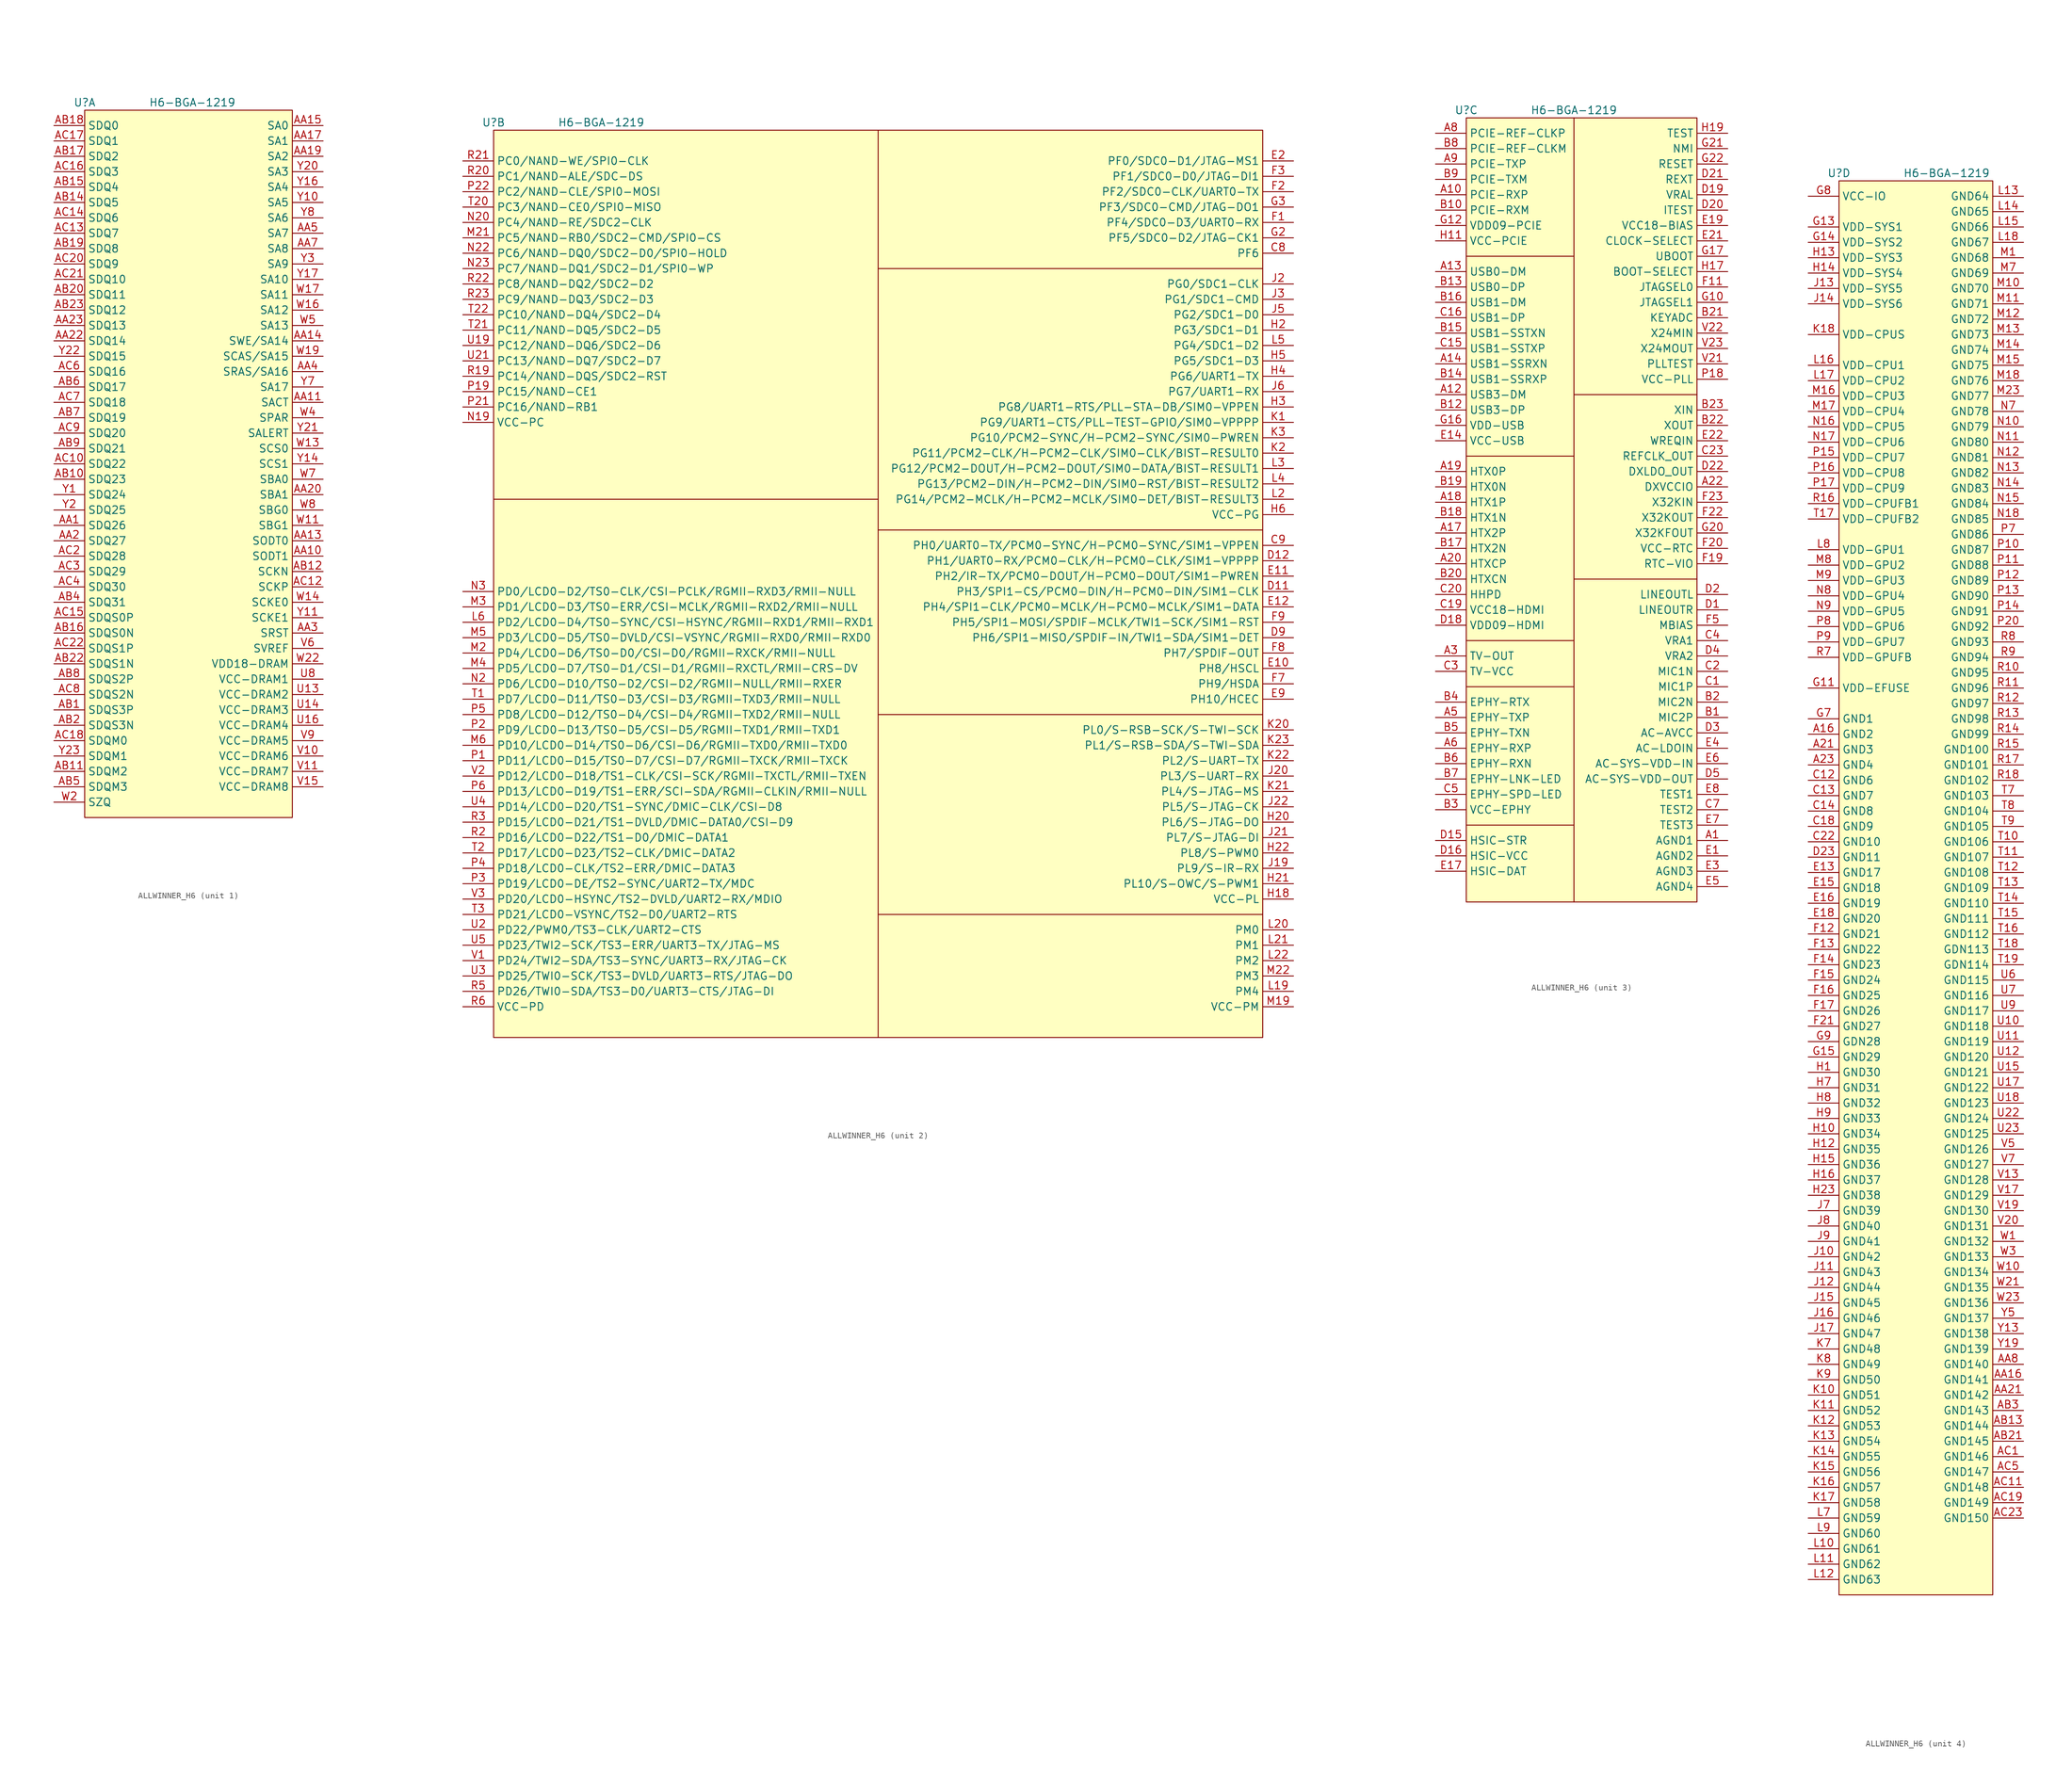
<source format=kicad_sym>
(kicad_symbol_lib
  (version 20220914)
  (generator kicad_symbol_editor)
  (symbol "ALLWINNER_H6"
    (property "Reference" "U"
      (at 0 1.27 0)
      (effects (font (size 1.27 1.27))))
    (property "Value" "H6-BGA-1219"
      (at 17.78 1.27 0)
      (effects (font (size 1.27 1.27))))
    (symbol "ALLWINNER_H6_1_1"
      (rectangle (start 0 0) (end 34.29 -116.84) (stroke (width 0) (type default)) (fill (type background)))
      (pin bidirectional line (at -5.08 -68.58 0) (length 5.08) (name "SDQ26" (effects (font (size 1.27 1.27)))) (number "AA1" (effects (font (size 1.27 1.27)))))
      (pin bidirectional line (at 39.37 -73.66 180) (length 5.08) (name "SODT1" (effects (font (size 1.27 1.27)))) (number "AA10" (effects (font (size 1.27 1.27)))))
      (pin bidirectional line (at 39.37 -48.26 180) (length 5.08) (name "SACT" (effects (font (size 1.27 1.27)))) (number "AA11" (effects (font (size 1.27 1.27)))))
      (pin bidirectional line (at 39.37 -71.12 180) (length 5.08) (name "SODT0" (effects (font (size 1.27 1.27)))) (number "AA13" (effects (font (size 1.27 1.27)))))
      (pin bidirectional line (at 39.37 -38.1 180) (length 5.08) (name "SWE/SA14" (effects (font (size 1.27 1.27)))) (number "AA14" (effects (font (size 1.27 1.27)))))
      (pin bidirectional line (at 39.37 -2.54 180) (length 5.08) (name "SA0" (effects (font (size 1.27 1.27)))) (number "AA15" (effects (font (size 1.27 1.27)))))
      (pin bidirectional line (at 39.37 -5.08 180) (length 5.08) (name "SA1" (effects (font (size 1.27 1.27)))) (number "AA17" (effects (font (size 1.27 1.27)))))
      (pin bidirectional line (at 39.37 -7.62 180) (length 5.08) (name "SA2" (effects (font (size 1.27 1.27)))) (number "AA19" (effects (font (size 1.27 1.27)))))
      (pin bidirectional line (at -5.08 -71.12 0) (length 5.08) (name "SDQ27" (effects (font (size 1.27 1.27)))) (number "AA2" (effects (font (size 1.27 1.27)))))
      (pin bidirectional line (at 39.37 -63.5 180) (length 5.08) (name "SBA1" (effects (font (size 1.27 1.27)))) (number "AA20" (effects (font (size 1.27 1.27)))))
      (pin bidirectional line (at -5.08 -38.1 0) (length 5.08) (name "SDQ14" (effects (font (size 1.27 1.27)))) (number "AA22" (effects (font (size 1.27 1.27)))))
      (pin bidirectional line (at -5.08 -35.56 0) (length 5.08) (name "SDQ13" (effects (font (size 1.27 1.27)))) (number "AA23" (effects (font (size 1.27 1.27)))))
      (pin bidirectional line (at 39.37 -86.36 180) (length 5.08) (name "SRST" (effects (font (size 1.27 1.27)))) (number "AA3" (effects (font (size 1.27 1.27)))))
      (pin bidirectional line (at 39.37 -43.18 180) (length 5.08) (name "SRAS/SA16" (effects (font (size 1.27 1.27)))) (number "AA4" (effects (font (size 1.27 1.27)))))
      (pin bidirectional line (at 39.37 -20.32 180) (length 5.08) (name "SA7" (effects (font (size 1.27 1.27)))) (number "AA5" (effects (font (size 1.27 1.27)))))
      (pin bidirectional line (at 39.37 -22.86 180) (length 5.08) (name "SA8" (effects (font (size 1.27 1.27)))) (number "AA7" (effects (font (size 1.27 1.27)))))
      (pin bidirectional line (at -5.08 -99.06 0) (length 5.08) (name "SDQS3P" (effects (font (size 1.27 1.27)))) (number "AB1" (effects (font (size 1.27 1.27)))))
      (pin bidirectional line (at -5.08 -60.96 0) (length 5.08) (name "SDQ23" (effects (font (size 1.27 1.27)))) (number "AB10" (effects (font (size 1.27 1.27)))))
      (pin bidirectional line (at -5.08 -109.22 0) (length 5.08) (name "SDQM2" (effects (font (size 1.27 1.27)))) (number "AB11" (effects (font (size 1.27 1.27)))))
      (pin bidirectional line (at 39.37 -76.2 180) (length 5.08) (name "SCKN" (effects (font (size 1.27 1.27)))) (number "AB12" (effects (font (size 1.27 1.27)))))
      (pin bidirectional line (at -5.08 -15.24 0) (length 5.08) (name "SDQ5" (effects (font (size 1.27 1.27)))) (number "AB14" (effects (font (size 1.27 1.27)))))
      (pin bidirectional line (at -5.08 -12.7 0) (length 5.08) (name "SDQ4" (effects (font (size 1.27 1.27)))) (number "AB15" (effects (font (size 1.27 1.27)))))
      (pin bidirectional line (at -5.08 -86.36 0) (length 5.08) (name "SDQS0N" (effects (font (size 1.27 1.27)))) (number "AB16" (effects (font (size 1.27 1.27)))))
      (pin bidirectional line (at -5.08 -7.62 0) (length 5.08) (name "SDQ2" (effects (font (size 1.27 1.27)))) (number "AB17" (effects (font (size 1.27 1.27)))))
      (pin bidirectional line (at -5.08 -2.54 0) (length 5.08) (name "SDQ0" (effects (font (size 1.27 1.27)))) (number "AB18" (effects (font (size 1.27 1.27)))))
      (pin bidirectional line (at -5.08 -22.86 0) (length 5.08) (name "SDQ8" (effects (font (size 1.27 1.27)))) (number "AB19" (effects (font (size 1.27 1.27)))))
      (pin bidirectional line (at -5.08 -101.6 0) (length 5.08) (name "SDQS3N" (effects (font (size 1.27 1.27)))) (number "AB2" (effects (font (size 1.27 1.27)))))
      (pin bidirectional line (at -5.08 -30.48 0) (length 5.08) (name "SDQ11" (effects (font (size 1.27 1.27)))) (number "AB20" (effects (font (size 1.27 1.27)))))
      (pin bidirectional line (at -5.08 -91.44 0) (length 5.08) (name "SDQS1N" (effects (font (size 1.27 1.27)))) (number "AB22" (effects (font (size 1.27 1.27)))))
      (pin bidirectional line (at -5.08 -33.02 0) (length 5.08) (name "SDQ12" (effects (font (size 1.27 1.27)))) (number "AB23" (effects (font (size 1.27 1.27)))))
      (pin bidirectional line (at -5.08 -81.28 0) (length 5.08) (name "SDQ31" (effects (font (size 1.27 1.27)))) (number "AB4" (effects (font (size 1.27 1.27)))))
      (pin bidirectional line (at -5.08 -111.76 0) (length 5.08) (name "SDQM3" (effects (font (size 1.27 1.27)))) (number "AB5" (effects (font (size 1.27 1.27)))))
      (pin bidirectional line (at -5.08 -45.72 0) (length 5.08) (name "SDQ17" (effects (font (size 1.27 1.27)))) (number "AB6" (effects (font (size 1.27 1.27)))))
      (pin bidirectional line (at -5.08 -50.8 0) (length 5.08) (name "SDQ19" (effects (font (size 1.27 1.27)))) (number "AB7" (effects (font (size 1.27 1.27)))))
      (pin bidirectional line (at -5.08 -93.98 0) (length 5.08) (name "SDQS2P" (effects (font (size 1.27 1.27)))) (number "AB8" (effects (font (size 1.27 1.27)))))
      (pin bidirectional line (at -5.08 -55.88 0) (length 5.08) (name "SDQ21" (effects (font (size 1.27 1.27)))) (number "AB9" (effects (font (size 1.27 1.27)))))
      (pin bidirectional line (at -5.08 -58.42 0) (length 5.08) (name "SDQ22" (effects (font (size 1.27 1.27)))) (number "AC10" (effects (font (size 1.27 1.27)))))
      (pin bidirectional line (at 39.37 -78.74 180) (length 5.08) (name "SCKP" (effects (font (size 1.27 1.27)))) (number "AC12" (effects (font (size 1.27 1.27)))))
      (pin bidirectional line (at -5.08 -20.32 0) (length 5.08) (name "SDQ7" (effects (font (size 1.27 1.27)))) (number "AC13" (effects (font (size 1.27 1.27)))))
      (pin bidirectional line (at -5.08 -17.78 0) (length 5.08) (name "SDQ6" (effects (font (size 1.27 1.27)))) (number "AC14" (effects (font (size 1.27 1.27)))))
      (pin bidirectional line (at -5.08 -83.82 0) (length 5.08) (name "SDQS0P" (effects (font (size 1.27 1.27)))) (number "AC15" (effects (font (size 1.27 1.27)))))
      (pin bidirectional line (at -5.08 -10.16 0) (length 5.08) (name "SDQ3" (effects (font (size 1.27 1.27)))) (number "AC16" (effects (font (size 1.27 1.27)))))
      (pin bidirectional line (at -5.08 -5.08 0) (length 5.08) (name "SDQ1" (effects (font (size 1.27 1.27)))) (number "AC17" (effects (font (size 1.27 1.27)))))
      (pin bidirectional line (at -5.08 -104.14 0) (length 5.08) (name "SDQM0" (effects (font (size 1.27 1.27)))) (number "AC18" (effects (font (size 1.27 1.27)))))
      (pin bidirectional line (at -5.08 -73.66 0) (length 5.08) (name "SDQ28" (effects (font (size 1.27 1.27)))) (number "AC2" (effects (font (size 1.27 1.27)))))
      (pin bidirectional line (at -5.08 -25.4 0) (length 5.08) (name "SDQ9" (effects (font (size 1.27 1.27)))) (number "AC20" (effects (font (size 1.27 1.27)))))
      (pin bidirectional line (at -5.08 -27.94 0) (length 5.08) (name "SDQ10" (effects (font (size 1.27 1.27)))) (number "AC21" (effects (font (size 1.27 1.27)))))
      (pin bidirectional line (at -5.08 -88.9 0) (length 5.08) (name "SDQS1P" (effects (font (size 1.27 1.27)))) (number "AC22" (effects (font (size 1.27 1.27)))))
      (pin bidirectional line (at -5.08 -76.2 0) (length 5.08) (name "SDQ29" (effects (font (size 1.27 1.27)))) (number "AC3" (effects (font (size 1.27 1.27)))))
      (pin bidirectional line (at -5.08 -78.74 0) (length 5.08) (name "SDQ30" (effects (font (size 1.27 1.27)))) (number "AC4" (effects (font (size 1.27 1.27)))))
      (pin bidirectional line (at -5.08 -43.18 0) (length 5.08) (name "SDQ16" (effects (font (size 1.27 1.27)))) (number "AC6" (effects (font (size 1.27 1.27)))))
      (pin bidirectional line (at -5.08 -48.26 0) (length 5.08) (name "SDQ18" (effects (font (size 1.27 1.27)))) (number "AC7" (effects (font (size 1.27 1.27)))))
      (pin bidirectional line (at -5.08 -96.52 0) (length 5.08) (name "SDQS2N" (effects (font (size 1.27 1.27)))) (number "AC8" (effects (font (size 1.27 1.27)))))
      (pin bidirectional line (at -5.08 -53.34 0) (length 5.08) (name "SDQ20" (effects (font (size 1.27 1.27)))) (number "AC9" (effects (font (size 1.27 1.27)))))
      (pin bidirectional line (at 39.37 -96.52 180) (length 5.08) (name "VCC-DRAM2" (effects (font (size 1.27 1.27)))) (number "U13" (effects (font (size 1.27 1.27)))))
      (pin bidirectional line (at 39.37 -99.06 180) (length 5.08) (name "VCC-DRAM3" (effects (font (size 1.27 1.27)))) (number "U14" (effects (font (size 1.27 1.27)))))
      (pin bidirectional line (at 39.37 -101.6 180) (length 5.08) (name "VCC-DRAM4" (effects (font (size 1.27 1.27)))) (number "U16" (effects (font (size 1.27 1.27)))))
      (pin bidirectional line (at 39.37 -93.98 180) (length 5.08) (name "VCC-DRAM1" (effects (font (size 1.27 1.27)))) (number "U8" (effects (font (size 1.27 1.27)))))
      (pin bidirectional line (at 39.37 -106.68 180) (length 5.08) (name "VCC-DRAM6" (effects (font (size 1.27 1.27)))) (number "V10" (effects (font (size 1.27 1.27)))))
      (pin bidirectional line (at 39.37 -109.22 180) (length 5.08) (name "VCC-DRAM7" (effects (font (size 1.27 1.27)))) (number "V11" (effects (font (size 1.27 1.27)))))
      (pin bidirectional line (at 39.37 -111.76 180) (length 5.08) (name "VCC-DRAM8" (effects (font (size 1.27 1.27)))) (number "V15" (effects (font (size 1.27 1.27)))))
      (pin bidirectional line (at 39.37 -88.9 180) (length 5.08) (name "SVREF" (effects (font (size 1.27 1.27)))) (number "V6" (effects (font (size 1.27 1.27)))))
      (pin bidirectional line (at 39.37 -104.14 180) (length 5.08) (name "VCC-DRAM5" (effects (font (size 1.27 1.27)))) (number "V9" (effects (font (size 1.27 1.27)))))
      (pin bidirectional line (at 39.37 -68.58 180) (length 5.08) (name "SBG1" (effects (font (size 1.27 1.27)))) (number "W11" (effects (font (size 1.27 1.27)))))
      (pin bidirectional line (at 39.37 -55.88 180) (length 5.08) (name "SCS0" (effects (font (size 1.27 1.27)))) (number "W13" (effects (font (size 1.27 1.27)))))
      (pin bidirectional line (at 39.37 -81.28 180) (length 5.08) (name "SCKE0" (effects (font (size 1.27 1.27)))) (number "W14" (effects (font (size 1.27 1.27)))))
      (pin bidirectional line (at 39.37 -33.02 180) (length 5.08) (name "SA12" (effects (font (size 1.27 1.27)))) (number "W16" (effects (font (size 1.27 1.27)))))
      (pin bidirectional line (at 39.37 -30.48 180) (length 5.08) (name "SA11" (effects (font (size 1.27 1.27)))) (number "W17" (effects (font (size 1.27 1.27)))))
      (pin bidirectional line (at 39.37 -40.64 180) (length 5.08) (name "SCAS/SA15" (effects (font (size 1.27 1.27)))) (number "W19" (effects (font (size 1.27 1.27)))))
      (pin bidirectional line (at -5.08 -114.3 0) (length 5.08) (name "SZQ" (effects (font (size 1.27 1.27)))) (number "W2" (effects (font (size 1.27 1.27)))))
      (pin bidirectional line (at 39.37 -91.44 180) (length 5.08) (name "VDD18-DRAM" (effects (font (size 1.27 1.27)))) (number "W22" (effects (font (size 1.27 1.27)))))
      (pin bidirectional line (at 39.37 -50.8 180) (length 5.08) (name "SPAR" (effects (font (size 1.27 1.27)))) (number "W4" (effects (font (size 1.27 1.27)))))
      (pin bidirectional line (at 39.37 -35.56 180) (length 5.08) (name "SA13" (effects (font (size 1.27 1.27)))) (number "W5" (effects (font (size 1.27 1.27)))))
      (pin bidirectional line (at 39.37 -60.96 180) (length 5.08) (name "SBA0" (effects (font (size 1.27 1.27)))) (number "W7" (effects (font (size 1.27 1.27)))))
      (pin bidirectional line (at 39.37 -66.04 180) (length 5.08) (name "SBG0" (effects (font (size 1.27 1.27)))) (number "W8" (effects (font (size 1.27 1.27)))))
      (pin bidirectional line (at -5.08 -63.5 0) (length 5.08) (name "SDQ24" (effects (font (size 1.27 1.27)))) (number "Y1" (effects (font (size 1.27 1.27)))))
      (pin bidirectional line (at 39.37 -15.24 180) (length 5.08) (name "SA5" (effects (font (size 1.27 1.27)))) (number "Y10" (effects (font (size 1.27 1.27)))))
      (pin bidirectional line (at 39.37 -83.82 180) (length 5.08) (name "SCKE1" (effects (font (size 1.27 1.27)))) (number "Y11" (effects (font (size 1.27 1.27)))))
      (pin bidirectional line (at 39.37 -58.42 180) (length 5.08) (name "SCS1" (effects (font (size 1.27 1.27)))) (number "Y14" (effects (font (size 1.27 1.27)))))
      (pin bidirectional line (at 39.37 -12.7 180) (length 5.08) (name "SA4" (effects (font (size 1.27 1.27)))) (number "Y16" (effects (font (size 1.27 1.27)))))
      (pin bidirectional line (at 39.37 -27.94 180) (length 5.08) (name "SA10" (effects (font (size 1.27 1.27)))) (number "Y17" (effects (font (size 1.27 1.27)))))
      (pin bidirectional line (at -5.08 -66.04 0) (length 5.08) (name "SDQ25" (effects (font (size 1.27 1.27)))) (number "Y2" (effects (font (size 1.27 1.27)))))
      (pin bidirectional line (at 39.37 -10.16 180) (length 5.08) (name "SA3" (effects (font (size 1.27 1.27)))) (number "Y20" (effects (font (size 1.27 1.27)))))
      (pin bidirectional line (at 39.37 -53.34 180) (length 5.08) (name "SALERT" (effects (font (size 1.27 1.27)))) (number "Y21" (effects (font (size 1.27 1.27)))))
      (pin bidirectional line (at -5.08 -40.64 0) (length 5.08) (name "SDQ15" (effects (font (size 1.27 1.27)))) (number "Y22" (effects (font (size 1.27 1.27)))))
      (pin bidirectional line (at -5.08 -106.68 0) (length 5.08) (name "SDQM1" (effects (font (size 1.27 1.27)))) (number "Y23" (effects (font (size 1.27 1.27)))))
      (pin bidirectional line (at 39.37 -25.4 180) (length 5.08) (name "SA9" (effects (font (size 1.27 1.27)))) (number "Y3" (effects (font (size 1.27 1.27)))))
      (pin bidirectional line (at 39.37 -45.72 180) (length 5.08) (name "SA17" (effects (font (size 1.27 1.27)))) (number "Y7" (effects (font (size 1.27 1.27)))))
      (pin bidirectional line (at 39.37 -17.78 180) (length 5.08) (name "SA6" (effects (font (size 1.27 1.27)))) (number "Y8" (effects (font (size 1.27 1.27))))))
    (symbol "ALLWINNER_H6_2_1"
      (polyline (pts (xy 0 -60.96) (xy 63.5 -60.96)) (stroke (width 0) (type default)) (fill (type none)))
      (polyline (pts (xy 63.5 0) (xy 63.5 -149.86)) (stroke (width 0) (type default)) (fill (type none)))
      (polyline (pts (xy 127 -129.54) (xy 63.5 -129.54)) (stroke (width 0) (type default)) (fill (type none)))
      (polyline (pts (xy 127 -96.52) (xy 63.5 -96.52)) (stroke (width 0) (type default)) (fill (type none)))
      (polyline (pts (xy 127 -66.04) (xy 63.5 -66.04)) (stroke (width 0) (type default)) (fill (type none)))
      (polyline (pts (xy 127 -22.86) (xy 63.5 -22.86)) (stroke (width 0) (type default)) (fill (type none)))
      (rectangle (start 0 0) (end 127 -149.86) (stroke (width 0) (type default)) (fill (type background)))
      (pin bidirectional line (at 132.08 -20.32 180) (length 5.08) (name "PF6" (effects (font (size 1.27 1.27)))) (number "C8" (effects (font (size 1.27 1.27)))))
      (pin bidirectional line (at 132.08 -68.58 180) (length 5.08) (name "PH0/UART0-TX/PCM0-SYNC/H-PCM0-SYNC/SIM1-VPPEN" (effects (font (size 1.27 1.27)))) (number "C9" (effects (font (size 1.27 1.27)))))
      (pin bidirectional line (at 132.08 -76.2 180) (length 5.08) (name "PH3/SPI1-CS/PCM0-DIN/H-PCM0-DIN/SIM1-CLK" (effects (font (size 1.27 1.27)))) (number "D11" (effects (font (size 1.27 1.27)))))
      (pin bidirectional line (at 132.08 -71.12 180) (length 5.08) (name "PH1/UART0-RX/PCM0-CLK/H-PCM0-CLK/SIM1-VPPPP" (effects (font (size 1.27 1.27)))) (number "D12" (effects (font (size 1.27 1.27)))))
      (pin bidirectional line (at 132.08 -83.82 180) (length 5.08) (name "PH6/SPI1-MISO/SPDIF-IN/TWI1-SDA/SIM1-DET" (effects (font (size 1.27 1.27)))) (number "D9" (effects (font (size 1.27 1.27)))))
      (pin bidirectional line (at 132.08 -88.9 180) (length 5.08) (name "PH8/HSCL" (effects (font (size 1.27 1.27)))) (number "E10" (effects (font (size 1.27 1.27)))))
      (pin bidirectional line (at 132.08 -73.66 180) (length 5.08) (name "PH2/IR-TX/PCM0-DOUT/H-PCM0-DOUT/SIM1-PWREN" (effects (font (size 1.27 1.27)))) (number "E11" (effects (font (size 1.27 1.27)))))
      (pin bidirectional line (at 132.08 -78.74 180) (length 5.08) (name "PH4/SPI1-CLK/PCM0-MCLK/H-PCM0-MCLK/SIM1-DATA" (effects (font (size 1.27 1.27)))) (number "E12" (effects (font (size 1.27 1.27)))))
      (pin bidirectional line (at 132.08 -5.08 180) (length 5.08) (name "PF0/SDC0-D1/JTAG-MS1" (effects (font (size 1.27 1.27)))) (number "E2" (effects (font (size 1.27 1.27)))))
      (pin bidirectional line (at 132.08 -93.98 180) (length 5.08) (name "PH10/HCEC" (effects (font (size 1.27 1.27)))) (number "E9" (effects (font (size 1.27 1.27)))))
      (pin bidirectional line (at 132.08 -15.24 180) (length 5.08) (name "PF4/SDC0-D3/UART0-RX" (effects (font (size 1.27 1.27)))) (number "F1" (effects (font (size 1.27 1.27)))))
      (pin bidirectional line (at 132.08 -10.16 180) (length 5.08) (name "PF2/SDC0-CLK/UART0-TX" (effects (font (size 1.27 1.27)))) (number "F2" (effects (font (size 1.27 1.27)))))
      (pin bidirectional line (at 132.08 -7.62 180) (length 5.08) (name "PF1/SDC0-D0/JTAG-DI1" (effects (font (size 1.27 1.27)))) (number "F3" (effects (font (size 1.27 1.27)))))
      (pin bidirectional line (at 132.08 -91.44 180) (length 5.08) (name "PH9/HSDA" (effects (font (size 1.27 1.27)))) (number "F7" (effects (font (size 1.27 1.27)))))
      (pin bidirectional line (at 132.08 -86.36 180) (length 5.08) (name "PH7/SPDIF-OUT" (effects (font (size 1.27 1.27)))) (number "F8" (effects (font (size 1.27 1.27)))))
      (pin bidirectional line (at 132.08 -81.28 180) (length 5.08) (name "PH5/SPI1-MOSI/SPDIF-MCLK/TWI1-SCK/SIM1-RST" (effects (font (size 1.27 1.27)))) (number "F9" (effects (font (size 1.27 1.27)))))
      (pin bidirectional line (at 132.08 -17.78 180) (length 5.08) (name "PF5/SDC0-D2/JTAG-CK1" (effects (font (size 1.27 1.27)))) (number "G2" (effects (font (size 1.27 1.27)))))
      (pin bidirectional line (at 132.08 -12.7 180) (length 5.08) (name "PF3/SDC0-CMD/JTAG-DO1" (effects (font (size 1.27 1.27)))) (number "G3" (effects (font (size 1.27 1.27)))))
      (pin bidirectional line (at 132.08 -127 180) (length 5.08) (name "VCC-PL" (effects (font (size 1.27 1.27)))) (number "H18" (effects (font (size 1.27 1.27)))))
      (pin bidirectional line (at 132.08 -33.02 180) (length 5.08) (name "PG3/SDC1-D1" (effects (font (size 1.27 1.27)))) (number "H2" (effects (font (size 1.27 1.27)))))
      (pin bidirectional line (at 132.08 -114.3 180) (length 5.08) (name "PL6/S-JTAG-DO" (effects (font (size 1.27 1.27)))) (number "H20" (effects (font (size 1.27 1.27)))))
      (pin bidirectional line (at 132.08 -124.46 180) (length 5.08) (name "PL10/S-OWC/S-PWM1" (effects (font (size 1.27 1.27)))) (number "H21" (effects (font (size 1.27 1.27)))))
      (pin bidirectional line (at 132.08 -119.38 180) (length 5.08) (name "PL8/S-PWM0" (effects (font (size 1.27 1.27)))) (number "H22" (effects (font (size 1.27 1.27)))))
      (pin bidirectional line (at 132.08 -45.72 180) (length 5.08) (name "PG8/UART1-RTS/PLL-STA-DB/SIM0-VPPEN" (effects (font (size 1.27 1.27)))) (number "H3" (effects (font (size 1.27 1.27)))))
      (pin bidirectional line (at 132.08 -40.64 180) (length 5.08) (name "PG6/UART1-TX" (effects (font (size 1.27 1.27)))) (number "H4" (effects (font (size 1.27 1.27)))))
      (pin bidirectional line (at 132.08 -38.1 180) (length 5.08) (name "PG5/SDC1-D3" (effects (font (size 1.27 1.27)))) (number "H5" (effects (font (size 1.27 1.27)))))
      (pin bidirectional line (at 132.08 -63.5 180) (length 5.08) (name "VCC-PG" (effects (font (size 1.27 1.27)))) (number "H6" (effects (font (size 1.27 1.27)))))
      (pin bidirectional line (at 132.08 -121.92 180) (length 5.08) (name "PL9/S-IR-RX" (effects (font (size 1.27 1.27)))) (number "J19" (effects (font (size 1.27 1.27)))))
      (pin bidirectional line (at 132.08 -25.4 180) (length 5.08) (name "PG0/SDC1-CLK" (effects (font (size 1.27 1.27)))) (number "J2" (effects (font (size 1.27 1.27)))))
      (pin bidirectional line (at 132.08 -106.68 180) (length 5.08) (name "PL3/S-UART-RX" (effects (font (size 1.27 1.27)))) (number "J20" (effects (font (size 1.27 1.27)))))
      (pin bidirectional line (at 132.08 -116.84 180) (length 5.08) (name "PL7/S-JTAG-DI" (effects (font (size 1.27 1.27)))) (number "J21" (effects (font (size 1.27 1.27)))))
      (pin bidirectional line (at 132.08 -111.76 180) (length 5.08) (name "PL5/S-JTAG-CK" (effects (font (size 1.27 1.27)))) (number "J22" (effects (font (size 1.27 1.27)))))
      (pin bidirectional line (at 132.08 -27.94 180) (length 5.08) (name "PG1/SDC1-CMD" (effects (font (size 1.27 1.27)))) (number "J3" (effects (font (size 1.27 1.27)))))
      (pin bidirectional line (at 132.08 -30.48 180) (length 5.08) (name "PG2/SDC1-D0" (effects (font (size 1.27 1.27)))) (number "J5" (effects (font (size 1.27 1.27)))))
      (pin bidirectional line (at 132.08 -43.18 180) (length 5.08) (name "PG7/UART1-RX" (effects (font (size 1.27 1.27)))) (number "J6" (effects (font (size 1.27 1.27)))))
      (pin bidirectional line (at 132.08 -48.26 180) (length 5.08) (name "PG9/UART1-CTS/PLL-TEST-GPIO/SIM0-VPPPP" (effects (font (size 1.27 1.27)))) (number "K1" (effects (font (size 1.27 1.27)))))
      (pin bidirectional line (at 132.08 -53.34 180) (length 5.08) (name "PG11/PCM2-CLK/H-PCM2-CLK/SIM0-CLK/BIST-RESULT0" (effects (font (size 1.27 1.27)))) (number "K2" (effects (font (size 1.27 1.27)))))
      (pin bidirectional line (at 132.08 -99.06 180) (length 5.08) (name "PL0/S-RSB-SCK/S-TWI-SCK" (effects (font (size 1.27 1.27)))) (number "K20" (effects (font (size 1.27 1.27)))))
      (pin bidirectional line (at 132.08 -109.22 180) (length 5.08) (name "PL4/S-JTAG-MS" (effects (font (size 1.27 1.27)))) (number "K21" (effects (font (size 1.27 1.27)))))
      (pin bidirectional line (at 132.08 -104.14 180) (length 5.08) (name "PL2/S-UART-TX" (effects (font (size 1.27 1.27)))) (number "K22" (effects (font (size 1.27 1.27)))))
      (pin bidirectional line (at 132.08 -101.6 180) (length 5.08) (name "PL1/S-RSB-SDA/S-TWI-SDA" (effects (font (size 1.27 1.27)))) (number "K23" (effects (font (size 1.27 1.27)))))
      (pin bidirectional line (at 132.08 -50.8 180) (length 5.08) (name "PG10/PCM2-SYNC/H-PCM2-SYNC/SIM0-PWREN" (effects (font (size 1.27 1.27)))) (number "K3" (effects (font (size 1.27 1.27)))))
      (pin bidirectional line (at 132.08 -142.24 180) (length 5.08) (name "PM4" (effects (font (size 1.27 1.27)))) (number "L19" (effects (font (size 1.27 1.27)))))
      (pin bidirectional line (at 132.08 -60.96 180) (length 5.08) (name "PG14/PCM2-MCLK/H-PCM2-MCLK/SIM0-DET/BIST-RESULT3" (effects (font (size 1.27 1.27)))) (number "L2" (effects (font (size 1.27 1.27)))))
      (pin bidirectional line (at 132.08 -132.08 180) (length 5.08) (name "PM0" (effects (font (size 1.27 1.27)))) (number "L20" (effects (font (size 1.27 1.27)))))
      (pin bidirectional line (at 132.08 -134.62 180) (length 5.08) (name "PM1" (effects (font (size 1.27 1.27)))) (number "L21" (effects (font (size 1.27 1.27)))))
      (pin bidirectional line (at 132.08 -137.16 180) (length 5.08) (name "PM2" (effects (font (size 1.27 1.27)))) (number "L22" (effects (font (size 1.27 1.27)))))
      (pin bidirectional line (at 132.08 -55.88 180) (length 5.08) (name "PG12/PCM2-DOUT/H-PCM2-DOUT/SIM0-DATA/BIST-RESULT1" (effects (font (size 1.27 1.27)))) (number "L3" (effects (font (size 1.27 1.27)))))
      (pin bidirectional line (at 132.08 -58.42 180) (length 5.08) (name "PG13/PCM2-DIN/H-PCM2-DIN/SIM0-RST/BIST-RESULT2" (effects (font (size 1.27 1.27)))) (number "L4" (effects (font (size 1.27 1.27)))))
      (pin bidirectional line (at 132.08 -35.56 180) (length 5.08) (name "PG4/SDC1-D2" (effects (font (size 1.27 1.27)))) (number "L5" (effects (font (size 1.27 1.27)))))
      (pin bidirectional line (at -5.08 -81.28 0) (length 5.08) (name "PD2/LCD0-D4/TS0-SYNC/CSI-HSYNC/RGMII-RXD1/RMII-RXD1" (effects (font (size 1.27 1.27)))) (number "L6" (effects (font (size 1.27 1.27)))))
      (pin bidirectional line (at 132.08 -144.78 180) (length 5.08) (name "VCC-PM" (effects (font (size 1.27 1.27)))) (number "M19" (effects (font (size 1.27 1.27)))))
      (pin bidirectional line (at -5.08 -86.36 0) (length 5.08) (name "PD4/LCD0-D6/TS0-D0/CSI-D0/RGMII-RXCK/RMII-NULL" (effects (font (size 1.27 1.27)))) (number "M2" (effects (font (size 1.27 1.27)))))
      (pin bidirectional line (at -5.08 -17.78 0) (length 5.08) (name "PC5/NAND-RB0/SDC2-CMD/SPI0-CS" (effects (font (size 1.27 1.27)))) (number "M21" (effects (font (size 1.27 1.27)))))
      (pin bidirectional line (at 132.08 -139.7 180) (length 5.08) (name "PM3" (effects (font (size 1.27 1.27)))) (number "M22" (effects (font (size 1.27 1.27)))))
      (pin bidirectional line (at -5.08 -78.74 0) (length 5.08) (name "PD1/LCD0-D3/TS0-ERR/CSI-MCLK/RGMII-RXD2/RMII-NULL" (effects (font (size 1.27 1.27)))) (number "M3" (effects (font (size 1.27 1.27)))))
      (pin bidirectional line (at -5.08 -88.9 0) (length 5.08) (name "PD5/LCD0-D7/TS0-D1/CSI-D1/RGMII-RXCTL/RMII-CRS-DV" (effects (font (size 1.27 1.27)))) (number "M4" (effects (font (size 1.27 1.27)))))
      (pin bidirectional line (at -5.08 -83.82 0) (length 5.08) (name "PD3/LCD0-D5/TS0-DVLD/CSI-VSYNC/RGMII-RXD0/RMII-RXD0" (effects (font (size 1.27 1.27)))) (number "M5" (effects (font (size 1.27 1.27)))))
      (pin bidirectional line (at -5.08 -101.6 0) (length 5.08) (name "PD10/LCD0-D14/TS0-D6/CSI-D6/RGMII-TXD0/RMII-TXD0" (effects (font (size 1.27 1.27)))) (number "M6" (effects (font (size 1.27 1.27)))))
      (pin bidirectional line (at -5.08 -48.26 0) (length 5.08) (name "VCC-PC" (effects (font (size 1.27 1.27)))) (number "N19" (effects (font (size 1.27 1.27)))))
      (pin bidirectional line (at -5.08 -91.44 0) (length 5.08) (name "PD6/LCD0-D10/TS0-D2/CSI-D2/RGMII-NULL/RMII-RXER" (effects (font (size 1.27 1.27)))) (number "N2" (effects (font (size 1.27 1.27)))))
      (pin bidirectional line (at -5.08 -15.24 0) (length 5.08) (name "PC4/NAND-RE/SDC2-CLK" (effects (font (size 1.27 1.27)))) (number "N20" (effects (font (size 1.27 1.27)))))
      (pin bidirectional line (at -5.08 -20.32 0) (length 5.08) (name "PC6/NAND-DQ0/SDC2-D0/SPI0-HOLD" (effects (font (size 1.27 1.27)))) (number "N22" (effects (font (size 1.27 1.27)))))
      (pin bidirectional line (at -5.08 -22.86 0) (length 5.08) (name "PC7/NAND-DQ1/SDC2-D1/SPI0-WP" (effects (font (size 1.27 1.27)))) (number "N23" (effects (font (size 1.27 1.27)))))
      (pin bidirectional line (at -5.08 -76.2 0) (length 5.08) (name "PD0/LCD0-D2/TS0-CLK/CSI-PCLK/RGMII-RXD3/RMII-NULL" (effects (font (size 1.27 1.27)))) (number "N3" (effects (font (size 1.27 1.27)))))
      (pin bidirectional line (at -5.08 -104.14 0) (length 5.08) (name "PD11/LCD0-D15/TS0-D7/CSI-D7/RGMII-TXCK/RMII-TXCK" (effects (font (size 1.27 1.27)))) (number "P1" (effects (font (size 1.27 1.27)))))
      (pin bidirectional line (at -5.08 -43.18 0) (length 5.08) (name "PC15/NAND-CE1" (effects (font (size 1.27 1.27)))) (number "P19" (effects (font (size 1.27 1.27)))))
      (pin bidirectional line (at -5.08 -99.06 0) (length 5.08) (name "PD9/LCD0-D13/TS0-D5/CSI-D5/RGMII-TXD1/RMII-TXD1" (effects (font (size 1.27 1.27)))) (number "P2" (effects (font (size 1.27 1.27)))))
      (pin bidirectional line (at -5.08 -45.72 0) (length 5.08) (name "PC16/NAND-RB1" (effects (font (size 1.27 1.27)))) (number "P21" (effects (font (size 1.27 1.27)))))
      (pin bidirectional line (at -5.08 -10.16 0) (length 5.08) (name "PC2/NAND-CLE/SPI0-MOSI" (effects (font (size 1.27 1.27)))) (number "P22" (effects (font (size 1.27 1.27)))))
      (pin bidirectional line (at -5.08 -124.46 0) (length 5.08) (name "PD19/LCD0-DE/TS2-SYNC/UART2-TX/MDC" (effects (font (size 1.27 1.27)))) (number "P3" (effects (font (size 1.27 1.27)))))
      (pin bidirectional line (at -5.08 -121.92 0) (length 5.08) (name "PD18/LCD0-CLK/TS2-ERR/DMIC-DATA3" (effects (font (size 1.27 1.27)))) (number "P4" (effects (font (size 1.27 1.27)))))
      (pin bidirectional line (at -5.08 -96.52 0) (length 5.08) (name "PD8/LCD0-D12/TS0-D4/CSI-D4/RGMII-TXD2/RMII-NULL" (effects (font (size 1.27 1.27)))) (number "P5" (effects (font (size 1.27 1.27)))))
      (pin bidirectional line (at -5.08 -109.22 0) (length 5.08) (name "PD13/LCD0-D19/TS1-ERR/SCI-SDA/RGMII-CLKIN/RMII-NULL" (effects (font (size 1.27 1.27)))) (number "P6" (effects (font (size 1.27 1.27)))))
      (pin bidirectional line (at -5.08 -40.64 0) (length 5.08) (name "PC14/NAND-DQS/SDC2-RST" (effects (font (size 1.27 1.27)))) (number "R19" (effects (font (size 1.27 1.27)))))
      (pin bidirectional line (at -5.08 -116.84 0) (length 5.08) (name "PD16/LCD0-D22/TS1-D0/DMIC-DATA1" (effects (font (size 1.27 1.27)))) (number "R2" (effects (font (size 1.27 1.27)))))
      (pin bidirectional line (at -5.08 -7.62 0) (length 5.08) (name "PC1/NAND-ALE/SDC-DS" (effects (font (size 1.27 1.27)))) (number "R20" (effects (font (size 1.27 1.27)))))
      (pin bidirectional line (at -5.08 -5.08 0) (length 5.08) (name "PC0/NAND-WE/SPI0-CLK" (effects (font (size 1.27 1.27)))) (number "R21" (effects (font (size 1.27 1.27)))))
      (pin bidirectional line (at -5.08 -25.4 0) (length 5.08) (name "PC8/NAND-DQ2/SDC2-D2" (effects (font (size 1.27 1.27)))) (number "R22" (effects (font (size 1.27 1.27)))))
      (pin bidirectional line (at -5.08 -27.94 0) (length 5.08) (name "PC9/NAND-DQ3/SDC2-D3" (effects (font (size 1.27 1.27)))) (number "R23" (effects (font (size 1.27 1.27)))))
      (pin bidirectional line (at -5.08 -114.3 0) (length 5.08) (name "PD15/LCD0-D21/TS1-DVLD/DMIC-DATA0/CSI-D9" (effects (font (size 1.27 1.27)))) (number "R3" (effects (font (size 1.27 1.27)))))
      (pin bidirectional line (at -5.08 -142.24 0) (length 5.08) (name "PD26/TWI0-SDA/TS3-D0/UART3-CTS/JTAG-DI" (effects (font (size 1.27 1.27)))) (number "R5" (effects (font (size 1.27 1.27)))))
      (pin bidirectional line (at -5.08 -144.78 0) (length 5.08) (name "VCC-PD" (effects (font (size 1.27 1.27)))) (number "R6" (effects (font (size 1.27 1.27)))))
      (pin bidirectional line (at -5.08 -93.98 0) (length 5.08) (name "PD7/LCD0-D11/TS0-D3/CSI-D3/RGMII-TXD3/RMII-NULL" (effects (font (size 1.27 1.27)))) (number "T1" (effects (font (size 1.27 1.27)))))
      (pin bidirectional line (at -5.08 -119.38 0) (length 5.08) (name "PD17/LCD0-D23/TS2-CLK/DMIC-DATA2" (effects (font (size 1.27 1.27)))) (number "T2" (effects (font (size 1.27 1.27)))))
      (pin bidirectional line (at -5.08 -12.7 0) (length 5.08) (name "PC3/NAND-CE0/SPI0-MISO" (effects (font (size 1.27 1.27)))) (number "T20" (effects (font (size 1.27 1.27)))))
      (pin bidirectional line (at -5.08 -33.02 0) (length 5.08) (name "PC11/NAND-DQ5/SDC2-D5" (effects (font (size 1.27 1.27)))) (number "T21" (effects (font (size 1.27 1.27)))))
      (pin bidirectional line (at -5.08 -30.48 0) (length 5.08) (name "PC10/NAND-DQ4/SDC2-D4" (effects (font (size 1.27 1.27)))) (number "T22" (effects (font (size 1.27 1.27)))))
      (pin bidirectional line (at -5.08 -129.54 0) (length 5.08) (name "PD21/LCD0-VSYNC/TS2-D0/UART2-RTS" (effects (font (size 1.27 1.27)))) (number "T3" (effects (font (size 1.27 1.27)))))
      (pin bidirectional line (at -5.08 -35.56 0) (length 5.08) (name "PC12/NAND-DQ6/SDC2-D6" (effects (font (size 1.27 1.27)))) (number "U19" (effects (font (size 1.27 1.27)))))
      (pin bidirectional line (at -5.08 -132.08 0) (length 5.08) (name "PD22/PWM0/TS3-CLK/UART2-CTS" (effects (font (size 1.27 1.27)))) (number "U2" (effects (font (size 1.27 1.27)))))
      (pin bidirectional line (at -5.08 -38.1 0) (length 5.08) (name "PC13/NAND-DQ7/SDC2-D7" (effects (font (size 1.27 1.27)))) (number "U21" (effects (font (size 1.27 1.27)))))
      (pin bidirectional line (at -5.08 -139.7 0) (length 5.08) (name "PD25/TWI0-SCK/TS3-DVLD/UART3-RTS/JTAG-DO" (effects (font (size 1.27 1.27)))) (number "U3" (effects (font (size 1.27 1.27)))))
      (pin bidirectional line (at -5.08 -111.76 0) (length 5.08) (name "PD14/LCD0-D20/TS1-SYNC/DMIC-CLK/CSI-D8" (effects (font (size 1.27 1.27)))) (number "U4" (effects (font (size 1.27 1.27)))))
      (pin bidirectional line (at -5.08 -134.62 0) (length 5.08) (name "PD23/TWI2-SCK/TS3-ERR/UART3-TX/JTAG-MS" (effects (font (size 1.27 1.27)))) (number "U5" (effects (font (size 1.27 1.27)))))
      (pin bidirectional line (at -5.08 -137.16 0) (length 5.08) (name "PD24/TWI2-SDA/TS3-SYNC/UART3-RX/JTAG-CK" (effects (font (size 1.27 1.27)))) (number "V1" (effects (font (size 1.27 1.27)))))
      (pin bidirectional line (at -5.08 -106.68 0) (length 5.08) (name "PD12/LCD0-D18/TS1-CLK/CSI-SCK/RGMII-TXCTL/RMII-TXEN" (effects (font (size 1.27 1.27)))) (number "V2" (effects (font (size 1.27 1.27)))))
      (pin bidirectional line (at -5.08 -127 0) (length 5.08) (name "PD20/LCD0-HSYNC/TS2-DVLD/UART2-RX/MDIO" (effects (font (size 1.27 1.27)))) (number "V3" (effects (font (size 1.27 1.27))))))
    (symbol "ALLWINNER_H6_3_1"
      (polyline (pts (xy 0 -116.84) (xy 17.78 -116.84)) (stroke (width 0) (type default)) (fill (type none)))
      (polyline (pts (xy 0 -93.98) (xy 17.78 -93.98)) (stroke (width 0) (type default)) (fill (type none)))
      (polyline (pts (xy 0 -86.36) (xy 17.78 -86.36)) (stroke (width 0) (type default)) (fill (type none)))
      (polyline (pts (xy 0 -55.88) (xy 17.78 -55.88)) (stroke (width 0) (type default)) (fill (type none)))
      (polyline (pts (xy 0 -22.86) (xy 17.78 -22.86)) (stroke (width 0) (type default)) (fill (type none)))
      (polyline (pts (xy 17.78 0) (xy 17.78 -129.54)) (stroke (width 0) (type default)) (fill (type none)))
      (polyline (pts (xy 38.1 -76.2) (xy 17.78 -76.2)) (stroke (width 0) (type default)) (fill (type none)))
      (polyline (pts (xy 38.1 -45.72) (xy 17.78 -45.72)) (stroke (width 0) (type default)) (fill (type none)))
      (rectangle (start 0 0) (end 38.1 -129.54) (stroke (width 0) (type default)) (fill (type background)))
      (pin bidirectional line (at 43.18 -119.38 180) (length 5.08) (name "AGND1" (effects (font (size 1.27 1.27)))) (number "A1" (effects (font (size 1.27 1.27)))))
      (pin bidirectional line (at -5.08 -12.7 0) (length 5.08) (name "PCIE-RXP" (effects (font (size 1.27 1.27)))) (number "A10" (effects (font (size 1.27 1.27)))))
      (pin bidirectional line (at -5.08 -45.72 0) (length 5.08) (name "USB3-DM" (effects (font (size 1.27 1.27)))) (number "A12" (effects (font (size 1.27 1.27)))))
      (pin bidirectional line (at -5.08 -25.4 0) (length 5.08) (name "USB0-DM" (effects (font (size 1.27 1.27)))) (number "A13" (effects (font (size 1.27 1.27)))))
      (pin bidirectional line (at -5.08 -40.64 0) (length 5.08) (name "USB1-SSRXN" (effects (font (size 1.27 1.27)))) (number "A14" (effects (font (size 1.27 1.27)))))
      (pin bidirectional line (at -5.08 -68.58 0) (length 5.08) (name "HTX2P" (effects (font (size 1.27 1.27)))) (number "A17" (effects (font (size 1.27 1.27)))))
      (pin bidirectional line (at -5.08 -63.5 0) (length 5.08) (name "HTX1P" (effects (font (size 1.27 1.27)))) (number "A18" (effects (font (size 1.27 1.27)))))
      (pin bidirectional line (at -5.08 -58.42 0) (length 5.08) (name "HTX0P" (effects (font (size 1.27 1.27)))) (number "A19" (effects (font (size 1.27 1.27)))))
      (pin bidirectional line (at -5.08 -73.66 0) (length 5.08) (name "HTXCP" (effects (font (size 1.27 1.27)))) (number "A20" (effects (font (size 1.27 1.27)))))
      (pin bidirectional line (at 43.18 -60.96 180) (length 5.08) (name "DXVCCIO" (effects (font (size 1.27 1.27)))) (number "A22" (effects (font (size 1.27 1.27)))))
      (pin bidirectional line (at -5.08 -88.9 0) (length 5.08) (name "TV-OUT" (effects (font (size 1.27 1.27)))) (number "A3" (effects (font (size 1.27 1.27)))))
      (pin bidirectional line (at -5.08 -99.06 0) (length 5.08) (name "EPHY-TXP" (effects (font (size 1.27 1.27)))) (number "A5" (effects (font (size 1.27 1.27)))))
      (pin bidirectional line (at -5.08 -104.14 0) (length 5.08) (name "EPHY-RXP" (effects (font (size 1.27 1.27)))) (number "A6" (effects (font (size 1.27 1.27)))))
      (pin bidirectional line (at -5.08 -2.54 0) (length 5.08) (name "PCIE-REF-CLKP" (effects (font (size 1.27 1.27)))) (number "A8" (effects (font (size 1.27 1.27)))))
      (pin bidirectional line (at -5.08 -7.62 0) (length 5.08) (name "PCIE-TXP" (effects (font (size 1.27 1.27)))) (number "A9" (effects (font (size 1.27 1.27)))))
      (pin bidirectional line (at 43.18 -99.06 180) (length 5.08) (name "MIC2P" (effects (font (size 1.27 1.27)))) (number "B1" (effects (font (size 1.27 1.27)))))
      (pin bidirectional line (at -5.08 -15.24 0) (length 5.08) (name "PCIE-RXM" (effects (font (size 1.27 1.27)))) (number "B10" (effects (font (size 1.27 1.27)))))
      (pin bidirectional line (at -5.08 -48.26 0) (length 5.08) (name "USB3-DP" (effects (font (size 1.27 1.27)))) (number "B12" (effects (font (size 1.27 1.27)))))
      (pin bidirectional line (at -5.08 -27.94 0) (length 5.08) (name "USB0-DP" (effects (font (size 1.27 1.27)))) (number "B13" (effects (font (size 1.27 1.27)))))
      (pin bidirectional line (at -5.08 -43.18 0) (length 5.08) (name "USB1-SSRXP" (effects (font (size 1.27 1.27)))) (number "B14" (effects (font (size 1.27 1.27)))))
      (pin bidirectional line (at -5.08 -35.56 0) (length 5.08) (name "USB1-SSTXN" (effects (font (size 1.27 1.27)))) (number "B15" (effects (font (size 1.27 1.27)))))
      (pin bidirectional line (at -5.08 -30.48 0) (length 5.08) (name "USB1-DM" (effects (font (size 1.27 1.27)))) (number "B16" (effects (font (size 1.27 1.27)))))
      (pin bidirectional line (at -5.08 -71.12 0) (length 5.08) (name "HTX2N" (effects (font (size 1.27 1.27)))) (number "B17" (effects (font (size 1.27 1.27)))))
      (pin bidirectional line (at -5.08 -66.04 0) (length 5.08) (name "HTX1N" (effects (font (size 1.27 1.27)))) (number "B18" (effects (font (size 1.27 1.27)))))
      (pin bidirectional line (at -5.08 -60.96 0) (length 5.08) (name "HTX0N" (effects (font (size 1.27 1.27)))) (number "B19" (effects (font (size 1.27 1.27)))))
      (pin bidirectional line (at 43.18 -96.52 180) (length 5.08) (name "MIC2N" (effects (font (size 1.27 1.27)))) (number "B2" (effects (font (size 1.27 1.27)))))
      (pin bidirectional line (at -5.08 -76.2 0) (length 5.08) (name "HTXCN" (effects (font (size 1.27 1.27)))) (number "B20" (effects (font (size 1.27 1.27)))))
      (pin bidirectional line (at 43.18 -33.02 180) (length 5.08) (name "KEYADC" (effects (font (size 1.27 1.27)))) (number "B21" (effects (font (size 1.27 1.27)))))
      (pin bidirectional line (at 43.18 -50.8 180) (length 5.08) (name "XOUT" (effects (font (size 1.27 1.27)))) (number "B22" (effects (font (size 1.27 1.27)))))
      (pin bidirectional line (at 43.18 -48.26 180) (length 5.08) (name "XIN" (effects (font (size 1.27 1.27)))) (number "B23" (effects (font (size 1.27 1.27)))))
      (pin bidirectional line (at -5.08 -114.3 0) (length 5.08) (name "VCC-EPHY" (effects (font (size 1.27 1.27)))) (number "B3" (effects (font (size 1.27 1.27)))))
      (pin bidirectional line (at -5.08 -96.52 0) (length 5.08) (name "EPHY-RTX" (effects (font (size 1.27 1.27)))) (number "B4" (effects (font (size 1.27 1.27)))))
      (pin bidirectional line (at -5.08 -101.6 0) (length 5.08) (name "EPHY-TXN" (effects (font (size 1.27 1.27)))) (number "B5" (effects (font (size 1.27 1.27)))))
      (pin bidirectional line (at -5.08 -106.68 0) (length 5.08) (name "EPHY-RXN" (effects (font (size 1.27 1.27)))) (number "B6" (effects (font (size 1.27 1.27)))))
      (pin bidirectional line (at -5.08 -109.22 0) (length 5.08) (name "EPHY-LNK-LED" (effects (font (size 1.27 1.27)))) (number "B7" (effects (font (size 1.27 1.27)))))
      (pin bidirectional line (at -5.08 -5.08 0) (length 5.08) (name "PCIE-REF-CLKM" (effects (font (size 1.27 1.27)))) (number "B8" (effects (font (size 1.27 1.27)))))
      (pin bidirectional line (at -5.08 -10.16 0) (length 5.08) (name "PCIE-TXM" (effects (font (size 1.27 1.27)))) (number "B9" (effects (font (size 1.27 1.27)))))
      (pin bidirectional line (at 43.18 -93.98 180) (length 5.08) (name "MIC1P" (effects (font (size 1.27 1.27)))) (number "C1" (effects (font (size 1.27 1.27)))))
      (pin bidirectional line (at -5.08 -38.1 0) (length 5.08) (name "USB1-SSTXP" (effects (font (size 1.27 1.27)))) (number "C15" (effects (font (size 1.27 1.27)))))
      (pin bidirectional line (at -5.08 -33.02 0) (length 5.08) (name "USB1-DP" (effects (font (size 1.27 1.27)))) (number "C16" (effects (font (size 1.27 1.27)))))
      (pin bidirectional line (at -5.08 -81.28 0) (length 5.08) (name "VCC18-HDMI" (effects (font (size 1.27 1.27)))) (number "C19" (effects (font (size 1.27 1.27)))))
      (pin bidirectional line (at 43.18 -91.44 180) (length 5.08) (name "MIC1N" (effects (font (size 1.27 1.27)))) (number "C2" (effects (font (size 1.27 1.27)))))
      (pin bidirectional line (at -5.08 -78.74 0) (length 5.08) (name "HHPD" (effects (font (size 1.27 1.27)))) (number "C20" (effects (font (size 1.27 1.27)))))
      (pin bidirectional line (at 43.18 -55.88 180) (length 5.08) (name "REFCLK_OUT" (effects (font (size 1.27 1.27)))) (number "C23" (effects (font (size 1.27 1.27)))))
      (pin bidirectional line (at -5.08 -91.44 0) (length 5.08) (name "TV-VCC" (effects (font (size 1.27 1.27)))) (number "C3" (effects (font (size 1.27 1.27)))))
      (pin bidirectional line (at 43.18 -86.36 180) (length 5.08) (name "VRA1" (effects (font (size 1.27 1.27)))) (number "C4" (effects (font (size 1.27 1.27)))))
      (pin bidirectional line (at -5.08 -111.76 0) (length 5.08) (name "EPHY-SPD-LED" (effects (font (size 1.27 1.27)))) (number "C5" (effects (font (size 1.27 1.27)))))
      (pin bidirectional line (at 43.18 -114.3 180) (length 5.08) (name "TEST2" (effects (font (size 1.27 1.27)))) (number "C7" (effects (font (size 1.27 1.27)))))
      (pin bidirectional line (at 43.18 -81.28 180) (length 5.08) (name "LINEOUTR" (effects (font (size 1.27 1.27)))) (number "D1" (effects (font (size 1.27 1.27)))))
      (pin bidirectional line (at -5.08 -119.38 0) (length 5.08) (name "HSIC-STR" (effects (font (size 1.27 1.27)))) (number "D15" (effects (font (size 1.27 1.27)))))
      (pin bidirectional line (at -5.08 -121.92 0) (length 5.08) (name "HSIC-VCC" (effects (font (size 1.27 1.27)))) (number "D16" (effects (font (size 1.27 1.27)))))
      (pin bidirectional line (at -5.08 -83.82 0) (length 5.08) (name "VDD09-HDMI" (effects (font (size 1.27 1.27)))) (number "D18" (effects (font (size 1.27 1.27)))))
      (pin bidirectional line (at 43.18 -12.7 180) (length 5.08) (name "VRAL" (effects (font (size 1.27 1.27)))) (number "D19" (effects (font (size 1.27 1.27)))))
      (pin bidirectional line (at 43.18 -78.74 180) (length 5.08) (name "LINEOUTL" (effects (font (size 1.27 1.27)))) (number "D2" (effects (font (size 1.27 1.27)))))
      (pin bidirectional line (at 43.18 -15.24 180) (length 5.08) (name "ITEST" (effects (font (size 1.27 1.27)))) (number "D20" (effects (font (size 1.27 1.27)))))
      (pin bidirectional line (at 43.18 -10.16 180) (length 5.08) (name "REXT" (effects (font (size 1.27 1.27)))) (number "D21" (effects (font (size 1.27 1.27)))))
      (pin bidirectional line (at 43.18 -58.42 180) (length 5.08) (name "DXLDO_OUT" (effects (font (size 1.27 1.27)))) (number "D22" (effects (font (size 1.27 1.27)))))
      (pin bidirectional line (at 43.18 -101.6 180) (length 5.08) (name "AC-AVCC" (effects (font (size 1.27 1.27)))) (number "D3" (effects (font (size 1.27 1.27)))))
      (pin bidirectional line (at 43.18 -88.9 180) (length 5.08) (name "VRA2" (effects (font (size 1.27 1.27)))) (number "D4" (effects (font (size 1.27 1.27)))))
      (pin bidirectional line (at 43.18 -109.22 180) (length 5.08) (name "AC-SYS-VDD-OUT" (effects (font (size 1.27 1.27)))) (number "D5" (effects (font (size 1.27 1.27)))))
      (pin bidirectional line (at 43.18 -121.92 180) (length 5.08) (name "AGND2" (effects (font (size 1.27 1.27)))) (number "E1" (effects (font (size 1.27 1.27)))))
      (pin bidirectional line (at -5.08 -53.34 0) (length 5.08) (name "VCC-USB" (effects (font (size 1.27 1.27)))) (number "E14" (effects (font (size 1.27 1.27)))))
      (pin bidirectional line (at -5.08 -124.46 0) (length 5.08) (name "HSIC-DAT" (effects (font (size 1.27 1.27)))) (number "E17" (effects (font (size 1.27 1.27)))))
      (pin bidirectional line (at 43.18 -17.78 180) (length 5.08) (name "VCC18-BIAS" (effects (font (size 1.27 1.27)))) (number "E19" (effects (font (size 1.27 1.27)))))
      (pin bidirectional line (at 43.18 -20.32 180) (length 5.08) (name "CLOCK-SELECT" (effects (font (size 1.27 1.27)))) (number "E21" (effects (font (size 1.27 1.27)))))
      (pin bidirectional line (at 43.18 -53.34 180) (length 5.08) (name "WREQIN" (effects (font (size 1.27 1.27)))) (number "E22" (effects (font (size 1.27 1.27)))))
      (pin bidirectional line (at 43.18 -124.46 180) (length 5.08) (name "AGND3" (effects (font (size 1.27 1.27)))) (number "E3" (effects (font (size 1.27 1.27)))))
      (pin bidirectional line (at 43.18 -104.14 180) (length 5.08) (name "AC-LDOIN" (effects (font (size 1.27 1.27)))) (number "E4" (effects (font (size 1.27 1.27)))))
      (pin bidirectional line (at 43.18 -127 180) (length 5.08) (name "AGND4" (effects (font (size 1.27 1.27)))) (number "E5" (effects (font (size 1.27 1.27)))))
      (pin bidirectional line (at 43.18 -106.68 180) (length 5.08) (name "AC-SYS-VDD-IN" (effects (font (size 1.27 1.27)))) (number "E6" (effects (font (size 1.27 1.27)))))
      (pin bidirectional line (at 43.18 -116.84 180) (length 5.08) (name "TEST3" (effects (font (size 1.27 1.27)))) (number "E7" (effects (font (size 1.27 1.27)))))
      (pin bidirectional line (at 43.18 -111.76 180) (length 5.08) (name "TEST1" (effects (font (size 1.27 1.27)))) (number "E8" (effects (font (size 1.27 1.27)))))
      (pin bidirectional line (at 43.18 -27.94 180) (length 5.08) (name "JTAGSEL0" (effects (font (size 1.27 1.27)))) (number "F11" (effects (font (size 1.27 1.27)))))
      (pin bidirectional line (at 43.18 -73.66 180) (length 5.08) (name "RTC-VIO" (effects (font (size 1.27 1.27)))) (number "F19" (effects (font (size 1.27 1.27)))))
      (pin bidirectional line (at 43.18 -71.12 180) (length 5.08) (name "VCC-RTC" (effects (font (size 1.27 1.27)))) (number "F20" (effects (font (size 1.27 1.27)))))
      (pin bidirectional line (at 43.18 -66.04 180) (length 5.08) (name "X32KOUT" (effects (font (size 1.27 1.27)))) (number "F22" (effects (font (size 1.27 1.27)))))
      (pin bidirectional line (at 43.18 -63.5 180) (length 5.08) (name "X32KIN" (effects (font (size 1.27 1.27)))) (number "F23" (effects (font (size 1.27 1.27)))))
      (pin bidirectional line (at 43.18 -83.82 180) (length 5.08) (name "MBIAS" (effects (font (size 1.27 1.27)))) (number "F5" (effects (font (size 1.27 1.27)))))
      (pin bidirectional line (at 43.18 -30.48 180) (length 5.08) (name "JTAGSEL1" (effects (font (size 1.27 1.27)))) (number "G10" (effects (font (size 1.27 1.27)))))
      (pin bidirectional line (at -5.08 -17.78 0) (length 5.08) (name "VDD09-PCIE" (effects (font (size 1.27 1.27)))) (number "G12" (effects (font (size 1.27 1.27)))))
      (pin bidirectional line (at -5.08 -50.8 0) (length 5.08) (name "VDD-USB" (effects (font (size 1.27 1.27)))) (number "G16" (effects (font (size 1.27 1.27)))))
      (pin bidirectional line (at 43.18 -22.86 180) (length 5.08) (name "UBOOT" (effects (font (size 1.27 1.27)))) (number "G17" (effects (font (size 1.27 1.27)))))
      (pin bidirectional line (at 43.18 -68.58 180) (length 5.08) (name "X32KFOUT" (effects (font (size 1.27 1.27)))) (number "G20" (effects (font (size 1.27 1.27)))))
      (pin bidirectional line (at 43.18 -5.08 180) (length 5.08) (name "NMI" (effects (font (size 1.27 1.27)))) (number "G21" (effects (font (size 1.27 1.27)))))
      (pin bidirectional line (at 43.18 -7.62 180) (length 5.08) (name "RESET" (effects (font (size 1.27 1.27)))) (number "G22" (effects (font (size 1.27 1.27)))))
      (pin bidirectional line (at -5.08 -20.32 0) (length 5.08) (name "VCC-PCIE" (effects (font (size 1.27 1.27)))) (number "H11" (effects (font (size 1.27 1.27)))))
      (pin bidirectional line (at 43.18 -25.4 180) (length 5.08) (name "BOOT-SELECT" (effects (font (size 1.27 1.27)))) (number "H17" (effects (font (size 1.27 1.27)))))
      (pin bidirectional line (at 43.18 -2.54 180) (length 5.08) (name "TEST" (effects (font (size 1.27 1.27)))) (number "H19" (effects (font (size 1.27 1.27)))))
      (pin bidirectional line (at 43.18 -43.18 180) (length 5.08) (name "VCC-PLL" (effects (font (size 1.27 1.27)))) (number "P18" (effects (font (size 1.27 1.27)))))
      (pin bidirectional line (at 43.18 -40.64 180) (length 5.08) (name "PLLTEST" (effects (font (size 1.27 1.27)))) (number "V21" (effects (font (size 1.27 1.27)))))
      (pin bidirectional line (at 43.18 -35.56 180) (length 5.08) (name "X24MIN" (effects (font (size 1.27 1.27)))) (number "V22" (effects (font (size 1.27 1.27)))))
      (pin bidirectional line (at 43.18 -38.1 180) (length 5.08) (name "X24MOUT" (effects (font (size 1.27 1.27)))) (number "V23" (effects (font (size 1.27 1.27))))))
    (symbol "ALLWINNER_H6_4_1"
      (rectangle (start 0 0) (end 25.4 -233.68) (stroke (width 0) (type default)) (fill (type background)))
      (pin bidirectional line (at -5.08 -91.44 0) (length 5.08) (name "GND2" (effects (font (size 1.27 1.27)))) (number "A16" (effects (font (size 1.27 1.27)))))
      (pin bidirectional line (at -5.08 -93.98 0) (length 5.08) (name "GND3" (effects (font (size 1.27 1.27)))) (number "A21" (effects (font (size 1.27 1.27)))))
      (pin bidirectional line (at -5.08 -96.52 0) (length 5.08) (name "GND4" (effects (font (size 1.27 1.27)))) (number "A23" (effects (font (size 1.27 1.27)))))
      (pin bidirectional line (at 30.48 -198.12 180) (length 5.08) (name "GND141" (effects (font (size 1.27 1.27)))) (number "AA16" (effects (font (size 1.27 1.27)))))
      (pin bidirectional line (at 30.48 -200.66 180) (length 5.08) (name "GND142" (effects (font (size 1.27 1.27)))) (number "AA21" (effects (font (size 1.27 1.27)))))
      (pin bidirectional line (at 30.48 -195.58 180) (length 5.08) (name "GND140" (effects (font (size 1.27 1.27)))) (number "AA8" (effects (font (size 1.27 1.27)))))
      (pin bidirectional line (at 30.48 -205.74 180) (length 5.08) (name "GND144" (effects (font (size 1.27 1.27)))) (number "AB13" (effects (font (size 1.27 1.27)))))
      (pin bidirectional line (at 30.48 -208.28 180) (length 5.08) (name "GND145" (effects (font (size 1.27 1.27)))) (number "AB21" (effects (font (size 1.27 1.27)))))
      (pin bidirectional line (at 30.48 -203.2 180) (length 5.08) (name "GND143" (effects (font (size 1.27 1.27)))) (number "AB3" (effects (font (size 1.27 1.27)))))
      (pin bidirectional line (at 30.48 -210.82 180) (length 5.08) (name "GND146" (effects (font (size 1.27 1.27)))) (number "AC1" (effects (font (size 1.27 1.27)))))
      (pin bidirectional line (at 30.48 -215.9 180) (length 5.08) (name "GND148" (effects (font (size 1.27 1.27)))) (number "AC11" (effects (font (size 1.27 1.27)))))
      (pin bidirectional line (at 30.48 -218.44 180) (length 5.08) (name "GND149" (effects (font (size 1.27 1.27)))) (number "AC19" (effects (font (size 1.27 1.27)))))
      (pin bidirectional line (at 30.48 -220.98 180) (length 5.08) (name "GND150" (effects (font (size 1.27 1.27)))) (number "AC23" (effects (font (size 1.27 1.27)))))
      (pin bidirectional line (at 30.48 -213.36 180) (length 5.08) (name "GND147" (effects (font (size 1.27 1.27)))) (number "AC5" (effects (font (size 1.27 1.27)))))
      (pin bidirectional line (at -5.08 -99.06 0) (length 5.08) (name "GND6" (effects (font (size 1.27 1.27)))) (number "C12" (effects (font (size 1.27 1.27)))))
      (pin bidirectional line (at -5.08 -101.6 0) (length 5.08) (name "GND7" (effects (font (size 1.27 1.27)))) (number "C13" (effects (font (size 1.27 1.27)))))
      (pin bidirectional line (at -5.08 -104.14 0) (length 5.08) (name "GND8" (effects (font (size 1.27 1.27)))) (number "C14" (effects (font (size 1.27 1.27)))))
      (pin bidirectional line (at -5.08 -106.68 0) (length 5.08) (name "GND9" (effects (font (size 1.27 1.27)))) (number "C18" (effects (font (size 1.27 1.27)))))
      (pin bidirectional line (at -5.08 -109.22 0) (length 5.08) (name "GND10" (effects (font (size 1.27 1.27)))) (number "C22" (effects (font (size 1.27 1.27)))))
      (pin bidirectional line (at -5.08 -111.76 0) (length 5.08) (name "GND11" (effects (font (size 1.27 1.27)))) (number "D23" (effects (font (size 1.27 1.27)))))
      (pin bidirectional line (at -5.08 -114.3 0) (length 5.08) (name "GND17" (effects (font (size 1.27 1.27)))) (number "E13" (effects (font (size 1.27 1.27)))))
      (pin bidirectional line (at -5.08 -116.84 0) (length 5.08) (name "GND18" (effects (font (size 1.27 1.27)))) (number "E15" (effects (font (size 1.27 1.27)))))
      (pin bidirectional line (at -5.08 -119.38 0) (length 5.08) (name "GND19" (effects (font (size 1.27 1.27)))) (number "E16" (effects (font (size 1.27 1.27)))))
      (pin bidirectional line (at -5.08 -121.92 0) (length 5.08) (name "GND20" (effects (font (size 1.27 1.27)))) (number "E18" (effects (font (size 1.27 1.27)))))
      (pin bidirectional line (at -5.08 -124.46 0) (length 5.08) (name "GND21" (effects (font (size 1.27 1.27)))) (number "F12" (effects (font (size 1.27 1.27)))))
      (pin bidirectional line (at -5.08 -127 0) (length 5.08) (name "GND22" (effects (font (size 1.27 1.27)))) (number "F13" (effects (font (size 1.27 1.27)))))
      (pin bidirectional line (at -5.08 -129.54 0) (length 5.08) (name "GND23" (effects (font (size 1.27 1.27)))) (number "F14" (effects (font (size 1.27 1.27)))))
      (pin bidirectional line (at -5.08 -132.08 0) (length 5.08) (name "GND24" (effects (font (size 1.27 1.27)))) (number "F15" (effects (font (size 1.27 1.27)))))
      (pin bidirectional line (at -5.08 -134.62 0) (length 5.08) (name "GND25" (effects (font (size 1.27 1.27)))) (number "F16" (effects (font (size 1.27 1.27)))))
      (pin bidirectional line (at -5.08 -137.16 0) (length 5.08) (name "GND26" (effects (font (size 1.27 1.27)))) (number "F17" (effects (font (size 1.27 1.27)))))
      (pin bidirectional line (at -5.08 -139.7 0) (length 5.08) (name "GND27" (effects (font (size 1.27 1.27)))) (number "F21" (effects (font (size 1.27 1.27)))))
      (pin bidirectional line (at -5.08 -83.82 0) (length 5.08) (name "VDD-EFUSE" (effects (font (size 1.27 1.27)))) (number "G11" (effects (font (size 1.27 1.27)))))
      (pin bidirectional line (at -5.08 -7.62 0) (length 5.08) (name "VDD-SYS1" (effects (font (size 1.27 1.27)))) (number "G13" (effects (font (size 1.27 1.27)))))
      (pin bidirectional line (at -5.08 -10.16 0) (length 5.08) (name "VDD-SYS2" (effects (font (size 1.27 1.27)))) (number "G14" (effects (font (size 1.27 1.27)))))
      (pin bidirectional line (at -5.08 -144.78 0) (length 5.08) (name "GND29" (effects (font (size 1.27 1.27)))) (number "G15" (effects (font (size 1.27 1.27)))))
      (pin bidirectional line (at -5.08 -88.9 0) (length 5.08) (name "GND1" (effects (font (size 1.27 1.27)))) (number "G7" (effects (font (size 1.27 1.27)))))
      (pin bidirectional line (at -5.08 -2.54 0) (length 5.08) (name "VCC-IO" (effects (font (size 1.27 1.27)))) (number "G8" (effects (font (size 1.27 1.27)))))
      (pin bidirectional line (at -5.08 -142.24 0) (length 5.08) (name "GDN28" (effects (font (size 1.27 1.27)))) (number "G9" (effects (font (size 1.27 1.27)))))
      (pin bidirectional line (at -5.08 -147.32 0) (length 5.08) (name "GND30" (effects (font (size 1.27 1.27)))) (number "H1" (effects (font (size 1.27 1.27)))))
      (pin bidirectional line (at -5.08 -157.48 0) (length 5.08) (name "GND34" (effects (font (size 1.27 1.27)))) (number "H10" (effects (font (size 1.27 1.27)))))
      (pin bidirectional line (at -5.08 -160.02 0) (length 5.08) (name "GND35" (effects (font (size 1.27 1.27)))) (number "H12" (effects (font (size 1.27 1.27)))))
      (pin bidirectional line (at -5.08 -12.7 0) (length 5.08) (name "VDD-SYS3" (effects (font (size 1.27 1.27)))) (number "H13" (effects (font (size 1.27 1.27)))))
      (pin bidirectional line (at -5.08 -15.24 0) (length 5.08) (name "VDD-SYS4" (effects (font (size 1.27 1.27)))) (number "H14" (effects (font (size 1.27 1.27)))))
      (pin bidirectional line (at -5.08 -162.56 0) (length 5.08) (name "GND36" (effects (font (size 1.27 1.27)))) (number "H15" (effects (font (size 1.27 1.27)))))
      (pin bidirectional line (at -5.08 -165.1 0) (length 5.08) (name "GND37" (effects (font (size 1.27 1.27)))) (number "H16" (effects (font (size 1.27 1.27)))))
      (pin bidirectional line (at -5.08 -167.64 0) (length 5.08) (name "GND38" (effects (font (size 1.27 1.27)))) (number "H23" (effects (font (size 1.27 1.27)))))
      (pin bidirectional line (at -5.08 -149.86 0) (length 5.08) (name "GND31" (effects (font (size 1.27 1.27)))) (number "H7" (effects (font (size 1.27 1.27)))))
      (pin bidirectional line (at -5.08 -152.4 0) (length 5.08) (name "GND32" (effects (font (size 1.27 1.27)))) (number "H8" (effects (font (size 1.27 1.27)))))
      (pin bidirectional line (at -5.08 -154.94 0) (length 5.08) (name "GND33" (effects (font (size 1.27 1.27)))) (number "H9" (effects (font (size 1.27 1.27)))))
      (pin bidirectional line (at -5.08 -177.8 0) (length 5.08) (name "GND42" (effects (font (size 1.27 1.27)))) (number "J10" (effects (font (size 1.27 1.27)))))
      (pin bidirectional line (at -5.08 -180.34 0) (length 5.08) (name "GND43" (effects (font (size 1.27 1.27)))) (number "J11" (effects (font (size 1.27 1.27)))))
      (pin bidirectional line (at -5.08 -182.88 0) (length 5.08) (name "GND44" (effects (font (size 1.27 1.27)))) (number "J12" (effects (font (size 1.27 1.27)))))
      (pin bidirectional line (at -5.08 -17.78 0) (length 5.08) (name "VDD-SYS5" (effects (font (size 1.27 1.27)))) (number "J13" (effects (font (size 1.27 1.27)))))
      (pin bidirectional line (at -5.08 -20.32 0) (length 5.08) (name "VDD-SYS6" (effects (font (size 1.27 1.27)))) (number "J14" (effects (font (size 1.27 1.27)))))
      (pin bidirectional line (at -5.08 -185.42 0) (length 5.08) (name "GND45" (effects (font (size 1.27 1.27)))) (number "J15" (effects (font (size 1.27 1.27)))))
      (pin bidirectional line (at -5.08 -187.96 0) (length 5.08) (name "GND46" (effects (font (size 1.27 1.27)))) (number "J16" (effects (font (size 1.27 1.27)))))
      (pin bidirectional line (at -5.08 -190.5 0) (length 5.08) (name "GND47" (effects (font (size 1.27 1.27)))) (number "J17" (effects (font (size 1.27 1.27)))))
      (pin bidirectional line (at -5.08 -170.18 0) (length 5.08) (name "GND39" (effects (font (size 1.27 1.27)))) (number "J7" (effects (font (size 1.27 1.27)))))
      (pin bidirectional line (at -5.08 -172.72 0) (length 5.08) (name "GND40" (effects (font (size 1.27 1.27)))) (number "J8" (effects (font (size 1.27 1.27)))))
      (pin bidirectional line (at -5.08 -175.26 0) (length 5.08) (name "GND41" (effects (font (size 1.27 1.27)))) (number "J9" (effects (font (size 1.27 1.27)))))
      (pin bidirectional line (at -5.08 -200.66 0) (length 5.08) (name "GND51" (effects (font (size 1.27 1.27)))) (number "K10" (effects (font (size 1.27 1.27)))))
      (pin bidirectional line (at -5.08 -203.2 0) (length 5.08) (name "GND52" (effects (font (size 1.27 1.27)))) (number "K11" (effects (font (size 1.27 1.27)))))
      (pin bidirectional line (at -5.08 -205.74 0) (length 5.08) (name "GND53" (effects (font (size 1.27 1.27)))) (number "K12" (effects (font (size 1.27 1.27)))))
      (pin bidirectional line (at -5.08 -208.28 0) (length 5.08) (name "GND54" (effects (font (size 1.27 1.27)))) (number "K13" (effects (font (size 1.27 1.27)))))
      (pin bidirectional line (at -5.08 -210.82 0) (length 5.08) (name "GND55" (effects (font (size 1.27 1.27)))) (number "K14" (effects (font (size 1.27 1.27)))))
      (pin bidirectional line (at -5.08 -213.36 0) (length 5.08) (name "GND56" (effects (font (size 1.27 1.27)))) (number "K15" (effects (font (size 1.27 1.27)))))
      (pin bidirectional line (at -5.08 -215.9 0) (length 5.08) (name "GND57" (effects (font (size 1.27 1.27)))) (number "K16" (effects (font (size 1.27 1.27)))))
      (pin bidirectional line (at -5.08 -218.44 0) (length 5.08) (name "GND58" (effects (font (size 1.27 1.27)))) (number "K17" (effects (font (size 1.27 1.27)))))
      (pin bidirectional line (at -5.08 -25.4 0) (length 5.08) (name "VDD-CPUS" (effects (font (size 1.27 1.27)))) (number "K18" (effects (font (size 1.27 1.27)))))
      (pin bidirectional line (at -5.08 -193.04 0) (length 5.08) (name "GND48" (effects (font (size 1.27 1.27)))) (number "K7" (effects (font (size 1.27 1.27)))))
      (pin bidirectional line (at -5.08 -195.58 0) (length 5.08) (name "GND49" (effects (font (size 1.27 1.27)))) (number "K8" (effects (font (size 1.27 1.27)))))
      (pin bidirectional line (at -5.08 -198.12 0) (length 5.08) (name "GND50" (effects (font (size 1.27 1.27)))) (number "K9" (effects (font (size 1.27 1.27)))))
      (pin bidirectional line (at -5.08 -226.06 0) (length 5.08) (name "GND61" (effects (font (size 1.27 1.27)))) (number "L10" (effects (font (size 1.27 1.27)))))
      (pin bidirectional line (at -5.08 -228.6 0) (length 5.08) (name "GND62" (effects (font (size 1.27 1.27)))) (number "L11" (effects (font (size 1.27 1.27)))))
      (pin bidirectional line (at -5.08 -231.14 0) (length 5.08) (name "GND63" (effects (font (size 1.27 1.27)))) (number "L12" (effects (font (size 1.27 1.27)))))
      (pin bidirectional line (at 30.48 -2.54 180) (length 5.08) (name "GND64" (effects (font (size 1.27 1.27)))) (number "L13" (effects (font (size 1.27 1.27)))))
      (pin bidirectional line (at 30.48 -5.08 180) (length 5.08) (name "GND65" (effects (font (size 1.27 1.27)))) (number "L14" (effects (font (size 1.27 1.27)))))
      (pin bidirectional line (at 30.48 -7.62 180) (length 5.08) (name "GND66" (effects (font (size 1.27 1.27)))) (number "L15" (effects (font (size 1.27 1.27)))))
      (pin bidirectional line (at -5.08 -30.48 0) (length 5.08) (name "VDD-CPU1" (effects (font (size 1.27 1.27)))) (number "L16" (effects (font (size 1.27 1.27)))))
      (pin bidirectional line (at -5.08 -33.02 0) (length 5.08) (name "VDD-CPU2" (effects (font (size 1.27 1.27)))) (number "L17" (effects (font (size 1.27 1.27)))))
      (pin bidirectional line (at 30.48 -10.16 180) (length 5.08) (name "GND67" (effects (font (size 1.27 1.27)))) (number "L18" (effects (font (size 1.27 1.27)))))
      (pin bidirectional line (at -5.08 -220.98 0) (length 5.08) (name "GND59" (effects (font (size 1.27 1.27)))) (number "L7" (effects (font (size 1.27 1.27)))))
      (pin bidirectional line (at -5.08 -60.96 0) (length 5.08) (name "VDD-GPU1" (effects (font (size 1.27 1.27)))) (number "L8" (effects (font (size 1.27 1.27)))))
      (pin bidirectional line (at -5.08 -223.52 0) (length 5.08) (name "GND60" (effects (font (size 1.27 1.27)))) (number "L9" (effects (font (size 1.27 1.27)))))
      (pin bidirectional line (at 30.48 -12.7 180) (length 5.08) (name "GND68" (effects (font (size 1.27 1.27)))) (number "M1" (effects (font (size 1.27 1.27)))))
      (pin bidirectional line (at 30.48 -17.78 180) (length 5.08) (name "GND70" (effects (font (size 1.27 1.27)))) (number "M10" (effects (font (size 1.27 1.27)))))
      (pin bidirectional line (at 30.48 -20.32 180) (length 5.08) (name "GND71" (effects (font (size 1.27 1.27)))) (number "M11" (effects (font (size 1.27 1.27)))))
      (pin bidirectional line (at 30.48 -22.86 180) (length 5.08) (name "GND72" (effects (font (size 1.27 1.27)))) (number "M12" (effects (font (size 1.27 1.27)))))
      (pin bidirectional line (at 30.48 -25.4 180) (length 5.08) (name "GND73" (effects (font (size 1.27 1.27)))) (number "M13" (effects (font (size 1.27 1.27)))))
      (pin bidirectional line (at 30.48 -27.94 180) (length 5.08) (name "GND74" (effects (font (size 1.27 1.27)))) (number "M14" (effects (font (size 1.27 1.27)))))
      (pin bidirectional line (at 30.48 -30.48 180) (length 5.08) (name "GND75" (effects (font (size 1.27 1.27)))) (number "M15" (effects (font (size 1.27 1.27)))))
      (pin bidirectional line (at -5.08 -35.56 0) (length 5.08) (name "VDD-CPU3" (effects (font (size 1.27 1.27)))) (number "M16" (effects (font (size 1.27 1.27)))))
      (pin bidirectional line (at -5.08 -38.1 0) (length 5.08) (name "VDD-CPU4" (effects (font (size 1.27 1.27)))) (number "M17" (effects (font (size 1.27 1.27)))))
      (pin bidirectional line (at 30.48 -33.02 180) (length 5.08) (name "GND76" (effects (font (size 1.27 1.27)))) (number "M18" (effects (font (size 1.27 1.27)))))
      (pin bidirectional line (at 30.48 -35.56 180) (length 5.08) (name "GND77" (effects (font (size 1.27 1.27)))) (number "M23" (effects (font (size 1.27 1.27)))))
      (pin bidirectional line (at 30.48 -15.24 180) (length 5.08) (name "GND69" (effects (font (size 1.27 1.27)))) (number "M7" (effects (font (size 1.27 1.27)))))
      (pin bidirectional line (at -5.08 -63.5 0) (length 5.08) (name "VDD-GPU2" (effects (font (size 1.27 1.27)))) (number "M8" (effects (font (size 1.27 1.27)))))
      (pin bidirectional line (at -5.08 -66.04 0) (length 5.08) (name "VDD-GPU3" (effects (font (size 1.27 1.27)))) (number "M9" (effects (font (size 1.27 1.27)))))
      (pin bidirectional line (at 30.48 -40.64 180) (length 5.08) (name "GND79" (effects (font (size 1.27 1.27)))) (number "N10" (effects (font (size 1.27 1.27)))))
      (pin bidirectional line (at 30.48 -43.18 180) (length 5.08) (name "GND80" (effects (font (size 1.27 1.27)))) (number "N11" (effects (font (size 1.27 1.27)))))
      (pin bidirectional line (at 30.48 -45.72 180) (length 5.08) (name "GND81" (effects (font (size 1.27 1.27)))) (number "N12" (effects (font (size 1.27 1.27)))))
      (pin bidirectional line (at 30.48 -48.26 180) (length 5.08) (name "GND82" (effects (font (size 1.27 1.27)))) (number "N13" (effects (font (size 1.27 1.27)))))
      (pin bidirectional line (at 30.48 -50.8 180) (length 5.08) (name "GND83" (effects (font (size 1.27 1.27)))) (number "N14" (effects (font (size 1.27 1.27)))))
      (pin bidirectional line (at 30.48 -53.34 180) (length 5.08) (name "GND84" (effects (font (size 1.27 1.27)))) (number "N15" (effects (font (size 1.27 1.27)))))
      (pin bidirectional line (at -5.08 -40.64 0) (length 5.08) (name "VDD-CPU5" (effects (font (size 1.27 1.27)))) (number "N16" (effects (font (size 1.27 1.27)))))
      (pin bidirectional line (at -5.08 -43.18 0) (length 5.08) (name "VDD-CPU6" (effects (font (size 1.27 1.27)))) (number "N17" (effects (font (size 1.27 1.27)))))
      (pin bidirectional line (at 30.48 -55.88 180) (length 5.08) (name "GND85" (effects (font (size 1.27 1.27)))) (number "N18" (effects (font (size 1.27 1.27)))))
      (pin bidirectional line (at 30.48 -38.1 180) (length 5.08) (name "GND78" (effects (font (size 1.27 1.27)))) (number "N7" (effects (font (size 1.27 1.27)))))
      (pin bidirectional line (at -5.08 -68.58 0) (length 5.08) (name "VDD-GPU4" (effects (font (size 1.27 1.27)))) (number "N8" (effects (font (size 1.27 1.27)))))
      (pin bidirectional line (at -5.08 -71.12 0) (length 5.08) (name "VDD-GPU5" (effects (font (size 1.27 1.27)))) (number "N9" (effects (font (size 1.27 1.27)))))
      (pin bidirectional line (at 30.48 -60.96 180) (length 5.08) (name "GND87" (effects (font (size 1.27 1.27)))) (number "P10" (effects (font (size 1.27 1.27)))))
      (pin bidirectional line (at 30.48 -63.5 180) (length 5.08) (name "GND88" (effects (font (size 1.27 1.27)))) (number "P11" (effects (font (size 1.27 1.27)))))
      (pin bidirectional line (at 30.48 -66.04 180) (length 5.08) (name "GND89" (effects (font (size 1.27 1.27)))) (number "P12" (effects (font (size 1.27 1.27)))))
      (pin bidirectional line (at 30.48 -68.58 180) (length 5.08) (name "GND90" (effects (font (size 1.27 1.27)))) (number "P13" (effects (font (size 1.27 1.27)))))
      (pin bidirectional line (at 30.48 -71.12 180) (length 5.08) (name "GND91" (effects (font (size 1.27 1.27)))) (number "P14" (effects (font (size 1.27 1.27)))))
      (pin bidirectional line (at -5.08 -45.72 0) (length 5.08) (name "VDD-CPU7" (effects (font (size 1.27 1.27)))) (number "P15" (effects (font (size 1.27 1.27)))))
      (pin bidirectional line (at -5.08 -48.26 0) (length 5.08) (name "VDD-CPU8" (effects (font (size 1.27 1.27)))) (number "P16" (effects (font (size 1.27 1.27)))))
      (pin bidirectional line (at -5.08 -50.8 0) (length 5.08) (name "VDD-CPU9" (effects (font (size 1.27 1.27)))) (number "P17" (effects (font (size 1.27 1.27)))))
      (pin bidirectional line (at 30.48 -73.66 180) (length 5.08) (name "GND92" (effects (font (size 1.27 1.27)))) (number "P20" (effects (font (size 1.27 1.27)))))
      (pin bidirectional line (at 30.48 -58.42 180) (length 5.08) (name "GND86" (effects (font (size 1.27 1.27)))) (number "P7" (effects (font (size 1.27 1.27)))))
      (pin bidirectional line (at -5.08 -73.66 0) (length 5.08) (name "VDD-GPU6" (effects (font (size 1.27 1.27)))) (number "P8" (effects (font (size 1.27 1.27)))))
      (pin bidirectional line (at -5.08 -76.2 0) (length 5.08) (name "VDD-GPU7" (effects (font (size 1.27 1.27)))) (number "P9" (effects (font (size 1.27 1.27)))))
      (pin bidirectional line (at 30.48 -81.28 180) (length 5.08) (name "GND95" (effects (font (size 1.27 1.27)))) (number "R10" (effects (font (size 1.27 1.27)))))
      (pin bidirectional line (at 30.48 -83.82 180) (length 5.08) (name "GND96" (effects (font (size 1.27 1.27)))) (number "R11" (effects (font (size 1.27 1.27)))))
      (pin bidirectional line (at 30.48 -86.36 180) (length 5.08) (name "GND97" (effects (font (size 1.27 1.27)))) (number "R12" (effects (font (size 1.27 1.27)))))
      (pin bidirectional line (at 30.48 -88.9 180) (length 5.08) (name "GND98" (effects (font (size 1.27 1.27)))) (number "R13" (effects (font (size 1.27 1.27)))))
      (pin bidirectional line (at 30.48 -91.44 180) (length 5.08) (name "GND99" (effects (font (size 1.27 1.27)))) (number "R14" (effects (font (size 1.27 1.27)))))
      (pin bidirectional line (at 30.48 -93.98 180) (length 5.08) (name "GND100" (effects (font (size 1.27 1.27)))) (number "R15" (effects (font (size 1.27 1.27)))))
      (pin bidirectional line (at -5.08 -53.34 0) (length 5.08) (name "VDD-CPUFB1" (effects (font (size 1.27 1.27)))) (number "R16" (effects (font (size 1.27 1.27)))))
      (pin bidirectional line (at 30.48 -96.52 180) (length 5.08) (name "GND101" (effects (font (size 1.27 1.27)))) (number "R17" (effects (font (size 1.27 1.27)))))
      (pin bidirectional line (at 30.48 -99.06 180) (length 5.08) (name "GND102" (effects (font (size 1.27 1.27)))) (number "R18" (effects (font (size 1.27 1.27)))))
      (pin bidirectional line (at -5.08 -78.74 0) (length 5.08) (name "VDD-GPUFB" (effects (font (size 1.27 1.27)))) (number "R7" (effects (font (size 1.27 1.27)))))
      (pin bidirectional line (at 30.48 -76.2 180) (length 5.08) (name "GND93" (effects (font (size 1.27 1.27)))) (number "R8" (effects (font (size 1.27 1.27)))))
      (pin bidirectional line (at 30.48 -78.74 180) (length 5.08) (name "GND94" (effects (font (size 1.27 1.27)))) (number "R9" (effects (font (size 1.27 1.27)))))
      (pin bidirectional line (at 30.48 -109.22 180) (length 5.08) (name "GND106" (effects (font (size 1.27 1.27)))) (number "T10" (effects (font (size 1.27 1.27)))))
      (pin bidirectional line (at 30.48 -111.76 180) (length 5.08) (name "GND107" (effects (font (size 1.27 1.27)))) (number "T11" (effects (font (size 1.27 1.27)))))
      (pin bidirectional line (at 30.48 -114.3 180) (length 5.08) (name "GND108" (effects (font (size 1.27 1.27)))) (number "T12" (effects (font (size 1.27 1.27)))))
      (pin bidirectional line (at 30.48 -116.84 180) (length 5.08) (name "GND109" (effects (font (size 1.27 1.27)))) (number "T13" (effects (font (size 1.27 1.27)))))
      (pin bidirectional line (at 30.48 -119.38 180) (length 5.08) (name "GND110" (effects (font (size 1.27 1.27)))) (number "T14" (effects (font (size 1.27 1.27)))))
      (pin bidirectional line (at 30.48 -121.92 180) (length 5.08) (name "GND111" (effects (font (size 1.27 1.27)))) (number "T15" (effects (font (size 1.27 1.27)))))
      (pin bidirectional line (at 30.48 -124.46 180) (length 5.08) (name "GND112" (effects (font (size 1.27 1.27)))) (number "T16" (effects (font (size 1.27 1.27)))))
      (pin bidirectional line (at -5.08 -55.88 0) (length 5.08) (name "VDD-CPUFB2" (effects (font (size 1.27 1.27)))) (number "T17" (effects (font (size 1.27 1.27)))))
      (pin bidirectional line (at 30.48 -127 180) (length 5.08) (name "GDN113" (effects (font (size 1.27 1.27)))) (number "T18" (effects (font (size 1.27 1.27)))))
      (pin bidirectional line (at 30.48 -129.54 180) (length 5.08) (name "GDN114" (effects (font (size 1.27 1.27)))) (number "T19" (effects (font (size 1.27 1.27)))))
      (pin bidirectional line (at 30.48 -101.6 180) (length 5.08) (name "GND103" (effects (font (size 1.27 1.27)))) (number "T7" (effects (font (size 1.27 1.27)))))
      (pin bidirectional line (at 30.48 -104.14 180) (length 5.08) (name "GND104" (effects (font (size 1.27 1.27)))) (number "T8" (effects (font (size 1.27 1.27)))))
      (pin bidirectional line (at 30.48 -106.68 180) (length 5.08) (name "GND105" (effects (font (size 1.27 1.27)))) (number "T9" (effects (font (size 1.27 1.27)))))
      (pin bidirectional line (at 30.48 -139.7 180) (length 5.08) (name "GND118" (effects (font (size 1.27 1.27)))) (number "U10" (effects (font (size 1.27 1.27)))))
      (pin bidirectional line (at 30.48 -142.24 180) (length 5.08) (name "GND119" (effects (font (size 1.27 1.27)))) (number "U11" (effects (font (size 1.27 1.27)))))
      (pin bidirectional line (at 30.48 -144.78 180) (length 5.08) (name "GND120" (effects (font (size 1.27 1.27)))) (number "U12" (effects (font (size 1.27 1.27)))))
      (pin bidirectional line (at 30.48 -147.32 180) (length 5.08) (name "GND121" (effects (font (size 1.27 1.27)))) (number "U15" (effects (font (size 1.27 1.27)))))
      (pin bidirectional line (at 30.48 -149.86 180) (length 5.08) (name "GND122" (effects (font (size 1.27 1.27)))) (number "U17" (effects (font (size 1.27 1.27)))))
      (pin bidirectional line (at 30.48 -152.4 180) (length 5.08) (name "GND123" (effects (font (size 1.27 1.27)))) (number "U18" (effects (font (size 1.27 1.27)))))
      (pin bidirectional line (at 30.48 -154.94 180) (length 5.08) (name "GND124" (effects (font (size 1.27 1.27)))) (number "U22" (effects (font (size 1.27 1.27)))))
      (pin bidirectional line (at 30.48 -157.48 180) (length 5.08) (name "GND125" (effects (font (size 1.27 1.27)))) (number "U23" (effects (font (size 1.27 1.27)))))
      (pin bidirectional line (at 30.48 -132.08 180) (length 5.08) (name "GND115" (effects (font (size 1.27 1.27)))) (number "U6" (effects (font (size 1.27 1.27)))))
      (pin bidirectional line (at 30.48 -134.62 180) (length 5.08) (name "GND116" (effects (font (size 1.27 1.27)))) (number "U7" (effects (font (size 1.27 1.27)))))
      (pin bidirectional line (at 30.48 -137.16 180) (length 5.08) (name "GND117" (effects (font (size 1.27 1.27)))) (number "U9" (effects (font (size 1.27 1.27)))))
      (pin bidirectional line (at 30.48 -165.1 180) (length 5.08) (name "GND128" (effects (font (size 1.27 1.27)))) (number "V13" (effects (font (size 1.27 1.27)))))
      (pin bidirectional line (at 30.48 -167.64 180) (length 5.08) (name "GND129" (effects (font (size 1.27 1.27)))) (number "V17" (effects (font (size 1.27 1.27)))))
      (pin bidirectional line (at 30.48 -170.18 180) (length 5.08) (name "GND130" (effects (font (size 1.27 1.27)))) (number "V19" (effects (font (size 1.27 1.27)))))
      (pin bidirectional line (at 30.48 -172.72 180) (length 5.08) (name "GND131" (effects (font (size 1.27 1.27)))) (number "V20" (effects (font (size 1.27 1.27)))))
      (pin bidirectional line (at 30.48 -160.02 180) (length 5.08) (name "GND126" (effects (font (size 1.27 1.27)))) (number "V5" (effects (font (size 1.27 1.27)))))
      (pin bidirectional line (at 30.48 -162.56 180) (length 5.08) (name "GND127" (effects (font (size 1.27 1.27)))) (number "V7" (effects (font (size 1.27 1.27)))))
      (pin bidirectional line (at 30.48 -175.26 180) (length 5.08) (name "GND132" (effects (font (size 1.27 1.27)))) (number "W1" (effects (font (size 1.27 1.27)))))
      (pin bidirectional line (at 30.48 -180.34 180) (length 5.08) (name "GND134" (effects (font (size 1.27 1.27)))) (number "W10" (effects (font (size 1.27 1.27)))))
      (pin bidirectional line (at 30.48 -182.88 180) (length 5.08) (name "GND135" (effects (font (size 1.27 1.27)))) (number "W21" (effects (font (size 1.27 1.27)))))
      (pin bidirectional line (at 30.48 -185.42 180) (length 5.08) (name "GND136" (effects (font (size 1.27 1.27)))) (number "W23" (effects (font (size 1.27 1.27)))))
      (pin bidirectional line (at 30.48 -177.8 180) (length 5.08) (name "GND133" (effects (font (size 1.27 1.27)))) (number "W3" (effects (font (size 1.27 1.27)))))
      (pin bidirectional line (at 30.48 -190.5 180) (length 5.08) (name "GND138" (effects (font (size 1.27 1.27)))) (number "Y13" (effects (font (size 1.27 1.27)))))
      (pin bidirectional line (at 30.48 -193.04 180) (length 5.08) (name "GND139" (effects (font (size 1.27 1.27)))) (number "Y19" (effects (font (size 1.27 1.27)))))
      (pin bidirectional line (at 30.48 -187.96 180) (length 5.08) (name "GND137" (effects (font (size 1.27 1.27)))) (number "Y5" (effects (font (size 1.27 1.27))))))))
</source>
